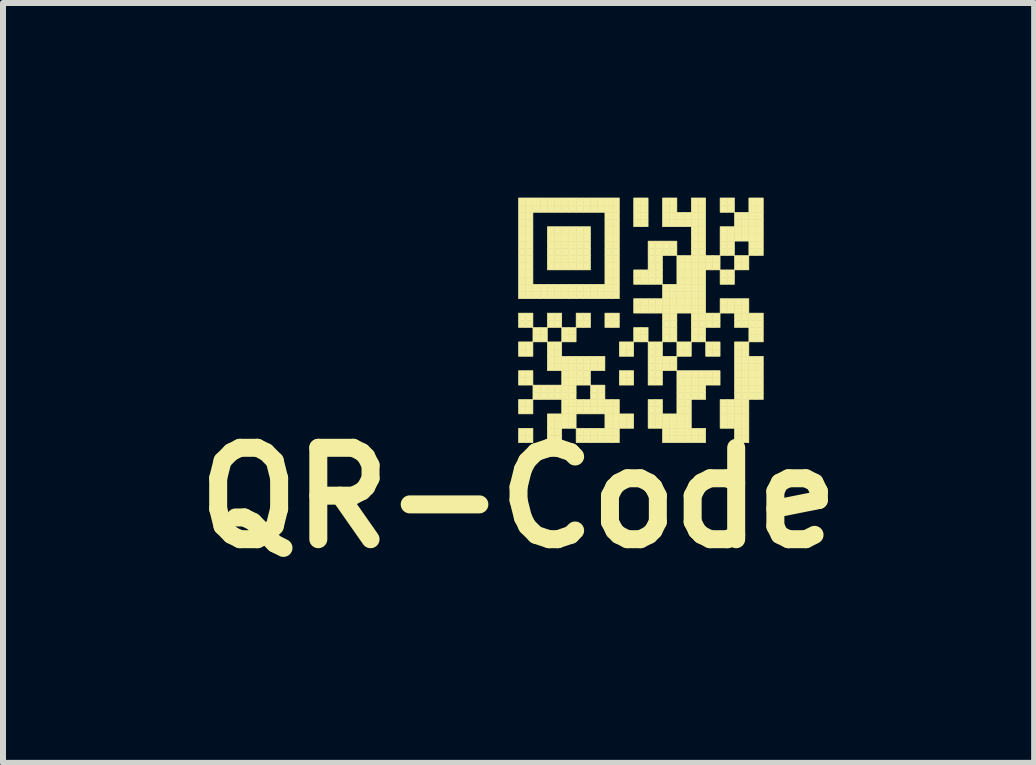
<source format=kicad_pcb>
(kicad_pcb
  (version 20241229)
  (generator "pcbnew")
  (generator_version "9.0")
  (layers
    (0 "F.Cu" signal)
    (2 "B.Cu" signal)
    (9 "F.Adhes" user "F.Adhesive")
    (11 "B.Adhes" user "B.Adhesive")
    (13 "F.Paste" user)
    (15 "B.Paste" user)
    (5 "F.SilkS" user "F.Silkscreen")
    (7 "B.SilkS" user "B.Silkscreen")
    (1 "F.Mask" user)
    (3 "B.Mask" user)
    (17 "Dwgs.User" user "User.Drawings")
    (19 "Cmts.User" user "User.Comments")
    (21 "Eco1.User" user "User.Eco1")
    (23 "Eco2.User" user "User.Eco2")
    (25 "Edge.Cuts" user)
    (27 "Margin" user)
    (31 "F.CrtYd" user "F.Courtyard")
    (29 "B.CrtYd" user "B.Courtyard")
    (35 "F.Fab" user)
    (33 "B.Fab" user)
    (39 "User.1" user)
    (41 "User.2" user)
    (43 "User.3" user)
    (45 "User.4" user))
  (footprint "QR-Code"
    (layer "F.Cu")
    (at 5.595 0.25)
    (property "Reference" "QR-Code" (at 0 5 0) (layer "F.SilkS") (effects (font (size 1.524 1.524) (thickness 0.3))))
    (attr through_hole)
    (fp_poly (pts (xy 0 0) (xy 0.12 0) (xy 0.12 0.12) (xy 0 0.12) (xy 0 0)) (stroke (width 0.01) (type solid)) (fill yes) (layer "F.SilkS"))
    (fp_poly (pts (xy 0 0.12) (xy 0.12 0.12) (xy 0.12 0.24) (xy 0 0.24) (xy 0 0.12)) (stroke (width 0.01) (type solid)) (fill yes) (layer "F.SilkS"))
    (fp_poly (pts (xy 0 0.24) (xy 0.12 0.24) (xy 0.12 0.36) (xy 0 0.36) (xy 0 0.24)) (stroke (width 0.01) (type solid)) (fill yes) (layer "F.SilkS"))
    (fp_poly (pts (xy 0 0.36) (xy 0.12 0.36) (xy 0.12 0.48) (xy 0 0.48) (xy 0 0.36)) (stroke (width 0.01) (type solid)) (fill yes) (layer "F.SilkS"))
    (fp_poly (pts (xy 0 0.48) (xy 0.12 0.48) (xy 0.12 0.6) (xy 0 0.6) (xy 0 0.48)) (stroke (width 0.01) (type solid)) (fill yes) (layer "F.SilkS"))
    (fp_poly (pts (xy 0 0.6) (xy 0.12 0.6) (xy 0.12 0.72) (xy 0 0.72) (xy 0 0.6)) (stroke (width 0.01) (type solid)) (fill yes) (layer "F.SilkS"))
    (fp_poly (pts (xy 0 0.72) (xy 0.12 0.72) (xy 0.12 0.84) (xy 0 0.84) (xy 0 0.72)) (stroke (width 0.01) (type solid)) (fill yes) (layer "F.SilkS"))
    (fp_poly (pts (xy 0 0.84) (xy 0.12 0.84) (xy 0.12 0.96) (xy 0 0.96) (xy 0 0.84)) (stroke (width 0.01) (type solid)) (fill yes) (layer "F.SilkS"))
    (fp_poly (pts (xy 0 0.96) (xy 0.12 0.96) (xy 0.12 1.08) (xy 0 1.08) (xy 0 0.96)) (stroke (width 0.01) (type solid)) (fill yes) (layer "F.SilkS"))
    (fp_poly (pts (xy 0 1.08) (xy 0.12 1.08) (xy 0.12 1.2) (xy 0 1.2) (xy 0 1.08)) (stroke (width 0.01) (type solid)) (fill yes) (layer "F.SilkS"))
    (fp_poly (pts (xy 0 1.2) (xy 0.12 1.2) (xy 0.12 1.32) (xy 0 1.32) (xy 0 1.2)) (stroke (width 0.01) (type solid)) (fill yes) (layer "F.SilkS"))
    (fp_poly (pts (xy 0 1.32) (xy 0.12 1.32) (xy 0.12 1.44) (xy 0 1.44) (xy 0 1.32)) (stroke (width 0.01) (type solid)) (fill yes) (layer "F.SilkS"))
    (fp_poly (pts (xy 0 1.44) (xy 0.12 1.44) (xy 0.12 1.56) (xy 0 1.56) (xy 0 1.44)) (stroke (width 0.01) (type solid)) (fill yes) (layer "F.SilkS"))
    (fp_poly (pts (xy 0 1.56) (xy 0.12 1.56) (xy 0.12 1.68) (xy 0 1.68) (xy 0 1.56)) (stroke (width 0.01) (type solid)) (fill yes) (layer "F.SilkS"))
    (fp_poly (pts (xy 0 1.92) (xy 0.12 1.92) (xy 0.12 2.04) (xy 0 2.04) (xy 0 1.92)) (stroke (width 0.01) (type solid)) (fill yes) (layer "F.SilkS"))
    (fp_poly (pts (xy 0 2.04) (xy 0.12 2.04) (xy 0.12 2.16) (xy 0 2.16) (xy 0 2.04)) (stroke (width 0.01) (type solid)) (fill yes) (layer "F.SilkS"))
    (fp_poly (pts (xy 0 2.4) (xy 0.12 2.4) (xy 0.12 2.52) (xy 0 2.52) (xy 0 2.4)) (stroke (width 0.01) (type solid)) (fill yes) (layer "F.SilkS"))
    (fp_poly (pts (xy 0 2.52) (xy 0.12 2.52) (xy 0.12 2.64) (xy 0 2.64) (xy 0 2.52)) (stroke (width 0.01) (type solid)) (fill yes) (layer "F.SilkS"))
    (fp_poly (pts (xy 0 2.88) (xy 0.12 2.88) (xy 0.12 3) (xy 0 3) (xy 0 2.88)) (stroke (width 0.01) (type solid)) (fill yes) (layer "F.SilkS"))
    (fp_poly (pts (xy 0 3) (xy 0.12 3) (xy 0.12 3.12) (xy 0 3.12) (xy 0 3)) (stroke (width 0.01) (type solid)) (fill yes) (layer "F.SilkS"))
    (fp_poly (pts (xy 0 3.36) (xy 0.12 3.36) (xy 0.12 3.48) (xy 0 3.48) (xy 0 3.36)) (stroke (width 0.01) (type solid)) (fill yes) (layer "F.SilkS"))
    (fp_poly (pts (xy 0 3.48) (xy 0.12 3.48) (xy 0.12 3.6) (xy 0 3.6) (xy 0 3.48)) (stroke (width 0.01) (type solid)) (fill yes) (layer "F.SilkS"))
    (fp_poly (pts (xy 0 3.84) (xy 0.12 3.84) (xy 0.12 3.96) (xy 0 3.96) (xy 0 3.84)) (stroke (width 0.01) (type solid)) (fill yes) (layer "F.SilkS"))
    (fp_poly (pts (xy 0 3.96) (xy 0.12 3.96) (xy 0.12 4.08) (xy 0 4.08) (xy 0 3.96)) (stroke (width 0.01) (type solid)) (fill yes) (layer "F.SilkS"))
    (fp_poly (pts (xy 0.12 0) (xy 0.24 0) (xy 0.24 0.12) (xy 0.12 0.12) (xy 0.12 0)) (stroke (width 0.01) (type solid)) (fill yes) (layer "F.SilkS"))
    (fp_poly (pts (xy 0.12 0.12) (xy 0.24 0.12) (xy 0.24 0.24) (xy 0.12 0.24) (xy 0.12 0.12)) (stroke (width 0.01) (type solid)) (fill yes) (layer "F.SilkS"))
    (fp_poly (pts (xy 0.12 0.24) (xy 0.24 0.24) (xy 0.24 0.36) (xy 0.12 0.36) (xy 0.12 0.24)) (stroke (width 0.01) (type solid)) (fill yes) (layer "F.SilkS"))
    (fp_poly (pts (xy 0.12 0.36) (xy 0.24 0.36) (xy 0.24 0.48) (xy 0.12 0.48) (xy 0.12 0.36)) (stroke (width 0.01) (type solid)) (fill yes) (layer "F.SilkS"))
    (fp_poly (pts (xy 0.12 0.48) (xy 0.24 0.48) (xy 0.24 0.6) (xy 0.12 0.6) (xy 0.12 0.48)) (stroke (width 0.01) (type solid)) (fill yes) (layer "F.SilkS"))
    (fp_poly (pts (xy 0.12 0.6) (xy 0.24 0.6) (xy 0.24 0.72) (xy 0.12 0.72) (xy 0.12 0.6)) (stroke (width 0.01) (type solid)) (fill yes) (layer "F.SilkS"))
    (fp_poly (pts (xy 0.12 0.72) (xy 0.24 0.72) (xy 0.24 0.84) (xy 0.12 0.84) (xy 0.12 0.72)) (stroke (width 0.01) (type solid)) (fill yes) (layer "F.SilkS"))
    (fp_poly (pts (xy 0.12 0.84) (xy 0.24 0.84) (xy 0.24 0.96) (xy 0.12 0.96) (xy 0.12 0.84)) (stroke (width 0.01) (type solid)) (fill yes) (layer "F.SilkS"))
    (fp_poly (pts (xy 0.12 0.96) (xy 0.24 0.96) (xy 0.24 1.08) (xy 0.12 1.08) (xy 0.12 0.96)) (stroke (width 0.01) (type solid)) (fill yes) (layer "F.SilkS"))
    (fp_poly (pts (xy 0.12 1.08) (xy 0.24 1.08) (xy 0.24 1.2) (xy 0.12 1.2) (xy 0.12 1.08)) (stroke (width 0.01) (type solid)) (fill yes) (layer "F.SilkS"))
    (fp_poly (pts (xy 0.12 1.2) (xy 0.24 1.2) (xy 0.24 1.32) (xy 0.12 1.32) (xy 0.12 1.2)) (stroke (width 0.01) (type solid)) (fill yes) (layer "F.SilkS"))
    (fp_poly (pts (xy 0.12 1.32) (xy 0.24 1.32) (xy 0.24 1.44) (xy 0.12 1.44) (xy 0.12 1.32)) (stroke (width 0.01) (type solid)) (fill yes) (layer "F.SilkS"))
    (fp_poly (pts (xy 0.12 1.44) (xy 0.24 1.44) (xy 0.24 1.56) (xy 0.12 1.56) (xy 0.12 1.44)) (stroke (width 0.01) (type solid)) (fill yes) (layer "F.SilkS"))
    (fp_poly (pts (xy 0.12 1.56) (xy 0.24 1.56) (xy 0.24 1.68) (xy 0.12 1.68) (xy 0.12 1.56)) (stroke (width 0.01) (type solid)) (fill yes) (layer "F.SilkS"))
    (fp_poly (pts (xy 0.12 1.92) (xy 0.24 1.92) (xy 0.24 2.04) (xy 0.12 2.04) (xy 0.12 1.92)) (stroke (width 0.01) (type solid)) (fill yes) (layer "F.SilkS"))
    (fp_poly (pts (xy 0.12 2.04) (xy 0.24 2.04) (xy 0.24 2.16) (xy 0.12 2.16) (xy 0.12 2.04)) (stroke (width 0.01) (type solid)) (fill yes) (layer "F.SilkS"))
    (fp_poly (pts (xy 0.12 2.4) (xy 0.24 2.4) (xy 0.24 2.52) (xy 0.12 2.52) (xy 0.12 2.4)) (stroke (width 0.01) (type solid)) (fill yes) (layer "F.SilkS"))
    (fp_poly (pts (xy 0.12 2.52) (xy 0.24 2.52) (xy 0.24 2.64) (xy 0.12 2.64) (xy 0.12 2.52)) (stroke (width 0.01) (type solid)) (fill yes) (layer "F.SilkS"))
    (fp_poly (pts (xy 0.12 2.88) (xy 0.24 2.88) (xy 0.24 3) (xy 0.12 3) (xy 0.12 2.88)) (stroke (width 0.01) (type solid)) (fill yes) (layer "F.SilkS"))
    (fp_poly (pts (xy 0.12 3) (xy 0.24 3) (xy 0.24 3.12) (xy 0.12 3.12) (xy 0.12 3)) (stroke (width 0.01) (type solid)) (fill yes) (layer "F.SilkS"))
    (fp_poly (pts (xy 0.12 3.36) (xy 0.24 3.36) (xy 0.24 3.48) (xy 0.12 3.48) (xy 0.12 3.36)) (stroke (width 0.01) (type solid)) (fill yes) (layer "F.SilkS"))
    (fp_poly (pts (xy 0.12 3.48) (xy 0.24 3.48) (xy 0.24 3.6) (xy 0.12 3.6) (xy 0.12 3.48)) (stroke (width 0.01) (type solid)) (fill yes) (layer "F.SilkS"))
    (fp_poly (pts (xy 0.12 3.84) (xy 0.24 3.84) (xy 0.24 3.96) (xy 0.12 3.96) (xy 0.12 3.84)) (stroke (width 0.01) (type solid)) (fill yes) (layer "F.SilkS"))
    (fp_poly (pts (xy 0.12 3.96) (xy 0.24 3.96) (xy 0.24 4.08) (xy 0.12 4.08) (xy 0.12 3.96)) (stroke (width 0.01) (type solid)) (fill yes) (layer "F.SilkS"))
    (fp_poly (pts (xy 0.24 0) (xy 0.36 0) (xy 0.36 0.12) (xy 0.24 0.12) (xy 0.24 0)) (stroke (width 0.01) (type solid)) (fill yes) (layer "F.SilkS"))
    (fp_poly (pts (xy 0.24 0.12) (xy 0.36 0.12) (xy 0.36 0.24) (xy 0.24 0.24) (xy 0.24 0.12)) (stroke (width 0.01) (type solid)) (fill yes) (layer "F.SilkS"))
    (fp_poly (pts (xy 0.24 1.44) (xy 0.36 1.44) (xy 0.36 1.56) (xy 0.24 1.56) (xy 0.24 1.44)) (stroke (width 0.01) (type solid)) (fill yes) (layer "F.SilkS"))
    (fp_poly (pts (xy 0.24 1.56) (xy 0.36 1.56) (xy 0.36 1.68) (xy 0.24 1.68) (xy 0.24 1.56)) (stroke (width 0.01) (type solid)) (fill yes) (layer "F.SilkS"))
    (fp_poly (pts (xy 0.24 2.16) (xy 0.36 2.16) (xy 0.36 2.28) (xy 0.24 2.28) (xy 0.24 2.16)) (stroke (width 0.01) (type solid)) (fill yes) (layer "F.SilkS"))
    (fp_poly (pts (xy 0.24 2.28) (xy 0.36 2.28) (xy 0.36 2.4) (xy 0.24 2.4) (xy 0.24 2.28)) (stroke (width 0.01) (type solid)) (fill yes) (layer "F.SilkS"))
    (fp_poly (pts (xy 0.24 3.12) (xy 0.36 3.12) (xy 0.36 3.24) (xy 0.24 3.24) (xy 0.24 3.12)) (stroke (width 0.01) (type solid)) (fill yes) (layer "F.SilkS"))
    (fp_poly (pts (xy 0.24 3.24) (xy 0.36 3.24) (xy 0.36 3.36) (xy 0.24 3.36) (xy 0.24 3.24)) (stroke (width 0.01) (type solid)) (fill yes) (layer "F.SilkS"))
    (fp_poly (pts (xy 0.36 0) (xy 0.48 0) (xy 0.48 0.12) (xy 0.36 0.12) (xy 0.36 0)) (stroke (width 0.01) (type solid)) (fill yes) (layer "F.SilkS"))
    (fp_poly (pts (xy 0.36 0.12) (xy 0.48 0.12) (xy 0.48 0.24) (xy 0.36 0.24) (xy 0.36 0.12)) (stroke (width 0.01) (type solid)) (fill yes) (layer "F.SilkS"))
    (fp_poly (pts (xy 0.36 1.44) (xy 0.48 1.44) (xy 0.48 1.56) (xy 0.36 1.56) (xy 0.36 1.44)) (stroke (width 0.01) (type solid)) (fill yes) (layer "F.SilkS"))
    (fp_poly (pts (xy 0.36 1.56) (xy 0.48 1.56) (xy 0.48 1.68) (xy 0.36 1.68) (xy 0.36 1.56)) (stroke (width 0.01) (type solid)) (fill yes) (layer "F.SilkS"))
    (fp_poly (pts (xy 0.36 2.16) (xy 0.48 2.16) (xy 0.48 2.28) (xy 0.36 2.28) (xy 0.36 2.16)) (stroke (width 0.01) (type solid)) (fill yes) (layer "F.SilkS"))
    (fp_poly (pts (xy 0.36 2.28) (xy 0.48 2.28) (xy 0.48 2.4) (xy 0.36 2.4) (xy 0.36 2.28)) (stroke (width 0.01) (type solid)) (fill yes) (layer "F.SilkS"))
    (fp_poly (pts (xy 0.36 3.12) (xy 0.48 3.12) (xy 0.48 3.24) (xy 0.36 3.24) (xy 0.36 3.12)) (stroke (width 0.01) (type solid)) (fill yes) (layer "F.SilkS"))
    (fp_poly (pts (xy 0.36 3.24) (xy 0.48 3.24) (xy 0.48 3.36) (xy 0.36 3.36) (xy 0.36 3.24)) (stroke (width 0.01) (type solid)) (fill yes) (layer "F.SilkS"))
    (fp_poly (pts (xy 0.48 0) (xy 0.6 0) (xy 0.6 0.12) (xy 0.48 0.12) (xy 0.48 0)) (stroke (width 0.01) (type solid)) (fill yes) (layer "F.SilkS"))
    (fp_poly (pts (xy 0.48 0.12) (xy 0.6 0.12) (xy 0.6 0.24) (xy 0.48 0.24) (xy 0.48 0.12)) (stroke (width 0.01) (type solid)) (fill yes) (layer "F.SilkS"))
    (fp_poly (pts (xy 0.48 0.48) (xy 0.6 0.48) (xy 0.6 0.6) (xy 0.48 0.6) (xy 0.48 0.48)) (stroke (width 0.01) (type solid)) (fill yes) (layer "F.SilkS"))
    (fp_poly (pts (xy 0.48 0.6) (xy 0.6 0.6) (xy 0.6 0.72) (xy 0.48 0.72) (xy 0.48 0.6)) (stroke (width 0.01) (type solid)) (fill yes) (layer "F.SilkS"))
    (fp_poly (pts (xy 0.48 0.72) (xy 0.6 0.72) (xy 0.6 0.84) (xy 0.48 0.84) (xy 0.48 0.72)) (stroke (width 0.01) (type solid)) (fill yes) (layer "F.SilkS"))
    (fp_poly (pts (xy 0.48 0.84) (xy 0.6 0.84) (xy 0.6 0.96) (xy 0.48 0.96) (xy 0.48 0.84)) (stroke (width 0.01) (type solid)) (fill yes) (layer "F.SilkS"))
    (fp_poly (pts (xy 0.48 0.96) (xy 0.6 0.96) (xy 0.6 1.08) (xy 0.48 1.08) (xy 0.48 0.96)) (stroke (width 0.01) (type solid)) (fill yes) (layer "F.SilkS"))
    (fp_poly (pts (xy 0.48 1.08) (xy 0.6 1.08) (xy 0.6 1.2) (xy 0.48 1.2) (xy 0.48 1.08)) (stroke (width 0.01) (type solid)) (fill yes) (layer "F.SilkS"))
    (fp_poly (pts (xy 0.48 1.44) (xy 0.6 1.44) (xy 0.6 1.56) (xy 0.48 1.56) (xy 0.48 1.44)) (stroke (width 0.01) (type solid)) (fill yes) (layer "F.SilkS"))
    (fp_poly (pts (xy 0.48 1.56) (xy 0.6 1.56) (xy 0.6 1.68) (xy 0.48 1.68) (xy 0.48 1.56)) (stroke (width 0.01) (type solid)) (fill yes) (layer "F.SilkS"))
    (fp_poly (pts (xy 0.48 1.92) (xy 0.6 1.92) (xy 0.6 2.04) (xy 0.48 2.04) (xy 0.48 1.92)) (stroke (width 0.01) (type solid)) (fill yes) (layer "F.SilkS"))
    (fp_poly (pts (xy 0.48 2.04) (xy 0.6 2.04) (xy 0.6 2.16) (xy 0.48 2.16) (xy 0.48 2.04)) (stroke (width 0.01) (type solid)) (fill yes) (layer "F.SilkS"))
    (fp_poly (pts (xy 0.48 2.4) (xy 0.6 2.4) (xy 0.6 2.52) (xy 0.48 2.52) (xy 0.48 2.4)) (stroke (width 0.01) (type solid)) (fill yes) (layer "F.SilkS"))
    (fp_poly (pts (xy 0.48 2.52) (xy 0.6 2.52) (xy 0.6 2.64) (xy 0.48 2.64) (xy 0.48 2.52)) (stroke (width 0.01) (type solid)) (fill yes) (layer "F.SilkS"))
    (fp_poly (pts (xy 0.48 2.64) (xy 0.6 2.64) (xy 0.6 2.76) (xy 0.48 2.76) (xy 0.48 2.64)) (stroke (width 0.01) (type solid)) (fill yes) (layer "F.SilkS"))
    (fp_poly (pts (xy 0.48 2.76) (xy 0.6 2.76) (xy 0.6 2.88) (xy 0.48 2.88) (xy 0.48 2.76)) (stroke (width 0.01) (type solid)) (fill yes) (layer "F.SilkS"))
    (fp_poly (pts (xy 0.48 3.12) (xy 0.6 3.12) (xy 0.6 3.24) (xy 0.48 3.24) (xy 0.48 3.12)) (stroke (width 0.01) (type solid)) (fill yes) (layer "F.SilkS"))
    (fp_poly (pts (xy 0.48 3.24) (xy 0.6 3.24) (xy 0.6 3.36) (xy 0.48 3.36) (xy 0.48 3.24)) (stroke (width 0.01) (type solid)) (fill yes) (layer "F.SilkS"))
    (fp_poly (pts (xy 0.48 3.6) (xy 0.6 3.6) (xy 0.6 3.72) (xy 0.48 3.72) (xy 0.48 3.6)) (stroke (width 0.01) (type solid)) (fill yes) (layer "F.SilkS"))
    (fp_poly (pts (xy 0.48 3.72) (xy 0.6 3.72) (xy 0.6 3.84) (xy 0.48 3.84) (xy 0.48 3.72)) (stroke (width 0.01) (type solid)) (fill yes) (layer "F.SilkS"))
    (fp_poly (pts (xy 0.48 3.84) (xy 0.6 3.84) (xy 0.6 3.96) (xy 0.48 3.96) (xy 0.48 3.84)) (stroke (width 0.01) (type solid)) (fill yes) (layer "F.SilkS"))
    (fp_poly (pts (xy 0.48 3.96) (xy 0.6 3.96) (xy 0.6 4.08) (xy 0.48 4.08) (xy 0.48 3.96)) (stroke (width 0.01) (type solid)) (fill yes) (layer "F.SilkS"))
    (fp_poly (pts (xy 0.6 0) (xy 0.72 0) (xy 0.72 0.12) (xy 0.6 0.12) (xy 0.6 0)) (stroke (width 0.01) (type solid)) (fill yes) (layer "F.SilkS"))
    (fp_poly (pts (xy 0.6 0.12) (xy 0.72 0.12) (xy 0.72 0.24) (xy 0.6 0.24) (xy 0.6 0.12)) (stroke (width 0.01) (type solid)) (fill yes) (layer "F.SilkS"))
    (fp_poly (pts (xy 0.6 0.48) (xy 0.72 0.48) (xy 0.72 0.6) (xy 0.6 0.6) (xy 0.6 0.48)) (stroke (width 0.01) (type solid)) (fill yes) (layer "F.SilkS"))
    (fp_poly (pts (xy 0.6 0.6) (xy 0.72 0.6) (xy 0.72 0.72) (xy 0.6 0.72) (xy 0.6 0.6)) (stroke (width 0.01) (type solid)) (fill yes) (layer "F.SilkS"))
    (fp_poly (pts (xy 0.6 0.72) (xy 0.72 0.72) (xy 0.72 0.84) (xy 0.6 0.84) (xy 0.6 0.72)) (stroke (width 0.01) (type solid)) (fill yes) (layer "F.SilkS"))
    (fp_poly (pts (xy 0.6 0.84) (xy 0.72 0.84) (xy 0.72 0.96) (xy 0.6 0.96) (xy 0.6 0.84)) (stroke (width 0.01) (type solid)) (fill yes) (layer "F.SilkS"))
    (fp_poly (pts (xy 0.6 0.96) (xy 0.72 0.96) (xy 0.72 1.08) (xy 0.6 1.08) (xy 0.6 0.96)) (stroke (width 0.01) (type solid)) (fill yes) (layer "F.SilkS"))
    (fp_poly (pts (xy 0.6 1.08) (xy 0.72 1.08) (xy 0.72 1.2) (xy 0.6 1.2) (xy 0.6 1.08)) (stroke (width 0.01) (type solid)) (fill yes) (layer "F.SilkS"))
    (fp_poly (pts (xy 0.6 1.44) (xy 0.72 1.44) (xy 0.72 1.56) (xy 0.6 1.56) (xy 0.6 1.44)) (stroke (width 0.01) (type solid)) (fill yes) (layer "F.SilkS"))
    (fp_poly (pts (xy 0.6 1.56) (xy 0.72 1.56) (xy 0.72 1.68) (xy 0.6 1.68) (xy 0.6 1.56)) (stroke (width 0.01) (type solid)) (fill yes) (layer "F.SilkS"))
    (fp_poly (pts (xy 0.6 1.92) (xy 0.72 1.92) (xy 0.72 2.04) (xy 0.6 2.04) (xy 0.6 1.92)) (stroke (width 0.01) (type solid)) (fill yes) (layer "F.SilkS"))
    (fp_poly (pts (xy 0.6 2.04) (xy 0.72 2.04) (xy 0.72 2.16) (xy 0.6 2.16) (xy 0.6 2.04)) (stroke (width 0.01) (type solid)) (fill yes) (layer "F.SilkS"))
    (fp_poly (pts (xy 0.6 2.4) (xy 0.72 2.4) (xy 0.72 2.52) (xy 0.6 2.52) (xy 0.6 2.4)) (stroke (width 0.01) (type solid)) (fill yes) (layer "F.SilkS"))
    (fp_poly (pts (xy 0.6 2.52) (xy 0.72 2.52) (xy 0.72 2.64) (xy 0.6 2.64) (xy 0.6 2.52)) (stroke (width 0.01) (type solid)) (fill yes) (layer "F.SilkS"))
    (fp_poly (pts (xy 0.6 2.64) (xy 0.72 2.64) (xy 0.72 2.76) (xy 0.6 2.76) (xy 0.6 2.64)) (stroke (width 0.01) (type solid)) (fill yes) (layer "F.SilkS"))
    (fp_poly (pts (xy 0.6 2.76) (xy 0.72 2.76) (xy 0.72 2.88) (xy 0.6 2.88) (xy 0.6 2.76)) (stroke (width 0.01) (type solid)) (fill yes) (layer "F.SilkS"))
    (fp_poly (pts (xy 0.6 3.12) (xy 0.72 3.12) (xy 0.72 3.24) (xy 0.6 3.24) (xy 0.6 3.12)) (stroke (width 0.01) (type solid)) (fill yes) (layer "F.SilkS"))
    (fp_poly (pts (xy 0.6 3.24) (xy 0.72 3.24) (xy 0.72 3.36) (xy 0.6 3.36) (xy 0.6 3.24)) (stroke (width 0.01) (type solid)) (fill yes) (layer "F.SilkS"))
    (fp_poly (pts (xy 0.6 3.6) (xy 0.72 3.6) (xy 0.72 3.72) (xy 0.6 3.72) (xy 0.6 3.6)) (stroke (width 0.01) (type solid)) (fill yes) (layer "F.SilkS"))
    (fp_poly (pts (xy 0.6 3.72) (xy 0.72 3.72) (xy 0.72 3.84) (xy 0.6 3.84) (xy 0.6 3.72)) (stroke (width 0.01) (type solid)) (fill yes) (layer "F.SilkS"))
    (fp_poly (pts (xy 0.6 3.84) (xy 0.72 3.84) (xy 0.72 3.96) (xy 0.6 3.96) (xy 0.6 3.84)) (stroke (width 0.01) (type solid)) (fill yes) (layer "F.SilkS"))
    (fp_poly (pts (xy 0.6 3.96) (xy 0.72 3.96) (xy 0.72 4.08) (xy 0.6 4.08) (xy 0.6 3.96)) (stroke (width 0.01) (type solid)) (fill yes) (layer "F.SilkS"))
    (fp_poly (pts (xy 0.72 0) (xy 0.84 0) (xy 0.84 0.12) (xy 0.72 0.12) (xy 0.72 0)) (stroke (width 0.01) (type solid)) (fill yes) (layer "F.SilkS"))
    (fp_poly (pts (xy 0.72 0.12) (xy 0.84 0.12) (xy 0.84 0.24) (xy 0.72 0.24) (xy 0.72 0.12)) (stroke (width 0.01) (type solid)) (fill yes) (layer "F.SilkS"))
    (fp_poly (pts (xy 0.72 0.48) (xy 0.84 0.48) (xy 0.84 0.6) (xy 0.72 0.6) (xy 0.72 0.48)) (stroke (width 0.01) (type solid)) (fill yes) (layer "F.SilkS"))
    (fp_poly (pts (xy 0.72 0.6) (xy 0.84 0.6) (xy 0.84 0.72) (xy 0.72 0.72) (xy 0.72 0.6)) (stroke (width 0.01) (type solid)) (fill yes) (layer "F.SilkS"))
    (fp_poly (pts (xy 0.72 0.72) (xy 0.84 0.72) (xy 0.84 0.84) (xy 0.72 0.84) (xy 0.72 0.72)) (stroke (width 0.01) (type solid)) (fill yes) (layer "F.SilkS"))
    (fp_poly (pts (xy 0.72 0.84) (xy 0.84 0.84) (xy 0.84 0.96) (xy 0.72 0.96) (xy 0.72 0.84)) (stroke (width 0.01) (type solid)) (fill yes) (layer "F.SilkS"))
    (fp_poly (pts (xy 0.72 0.96) (xy 0.84 0.96) (xy 0.84 1.08) (xy 0.72 1.08) (xy 0.72 0.96)) (stroke (width 0.01) (type solid)) (fill yes) (layer "F.SilkS"))
    (fp_poly (pts (xy 0.72 1.08) (xy 0.84 1.08) (xy 0.84 1.2) (xy 0.72 1.2) (xy 0.72 1.08)) (stroke (width 0.01) (type solid)) (fill yes) (layer "F.SilkS"))
    (fp_poly (pts (xy 0.72 1.44) (xy 0.84 1.44) (xy 0.84 1.56) (xy 0.72 1.56) (xy 0.72 1.44)) (stroke (width 0.01) (type solid)) (fill yes) (layer "F.SilkS"))
    (fp_poly (pts (xy 0.72 1.56) (xy 0.84 1.56) (xy 0.84 1.68) (xy 0.72 1.68) (xy 0.72 1.56)) (stroke (width 0.01) (type solid)) (fill yes) (layer "F.SilkS"))
    (fp_poly (pts (xy 0.72 2.16) (xy 0.84 2.16) (xy 0.84 2.28) (xy 0.72 2.28) (xy 0.72 2.16)) (stroke (width 0.01) (type solid)) (fill yes) (layer "F.SilkS"))
    (fp_poly (pts (xy 0.72 2.28) (xy 0.84 2.28) (xy 0.84 2.4) (xy 0.72 2.4) (xy 0.72 2.28)) (stroke (width 0.01) (type solid)) (fill yes) (layer "F.SilkS"))
    (fp_poly (pts (xy 0.72 2.64) (xy 0.84 2.64) (xy 0.84 2.76) (xy 0.72 2.76) (xy 0.72 2.64)) (stroke (width 0.01) (type solid)) (fill yes) (layer "F.SilkS"))
    (fp_poly (pts (xy 0.72 2.76) (xy 0.84 2.76) (xy 0.84 2.88) (xy 0.72 2.88) (xy 0.72 2.76)) (stroke (width 0.01) (type solid)) (fill yes) (layer "F.SilkS"))
    (fp_poly (pts (xy 0.72 2.88) (xy 0.84 2.88) (xy 0.84 3) (xy 0.72 3) (xy 0.72 2.88)) (stroke (width 0.01) (type solid)) (fill yes) (layer "F.SilkS"))
    (fp_poly (pts (xy 0.72 3) (xy 0.84 3) (xy 0.84 3.12) (xy 0.72 3.12) (xy 0.72 3)) (stroke (width 0.01) (type solid)) (fill yes) (layer "F.SilkS"))
    (fp_poly (pts (xy 0.72 3.12) (xy 0.84 3.12) (xy 0.84 3.24) (xy 0.72 3.24) (xy 0.72 3.12)) (stroke (width 0.01) (type solid)) (fill yes) (layer "F.SilkS"))
    (fp_poly (pts (xy 0.72 3.24) (xy 0.84 3.24) (xy 0.84 3.36) (xy 0.72 3.36) (xy 0.72 3.24)) (stroke (width 0.01) (type solid)) (fill yes) (layer "F.SilkS"))
    (fp_poly (pts (xy 0.72 3.36) (xy 0.84 3.36) (xy 0.84 3.48) (xy 0.72 3.48) (xy 0.72 3.36)) (stroke (width 0.01) (type solid)) (fill yes) (layer "F.SilkS"))
    (fp_poly (pts (xy 0.72 3.48) (xy 0.84 3.48) (xy 0.84 3.6) (xy 0.72 3.6) (xy 0.72 3.48)) (stroke (width 0.01) (type solid)) (fill yes) (layer "F.SilkS"))
    (fp_poly (pts (xy 0.72 3.6) (xy 0.84 3.6) (xy 0.84 3.72) (xy 0.72 3.72) (xy 0.72 3.6)) (stroke (width 0.01) (type solid)) (fill yes) (layer "F.SilkS"))
    (fp_poly (pts (xy 0.72 3.72) (xy 0.84 3.72) (xy 0.84 3.84) (xy 0.72 3.84) (xy 0.72 3.72)) (stroke (width 0.01) (type solid)) (fill yes) (layer "F.SilkS"))
    (fp_poly (pts (xy 0.84 0) (xy 0.96 0) (xy 0.96 0.12) (xy 0.84 0.12) (xy 0.84 0)) (stroke (width 0.01) (type solid)) (fill yes) (layer "F.SilkS"))
    (fp_poly (pts (xy 0.84 0.12) (xy 0.96 0.12) (xy 0.96 0.24) (xy 0.84 0.24) (xy 0.84 0.12)) (stroke (width 0.01) (type solid)) (fill yes) (layer "F.SilkS"))
    (fp_poly (pts (xy 0.84 0.48) (xy 0.96 0.48) (xy 0.96 0.6) (xy 0.84 0.6) (xy 0.84 0.48)) (stroke (width 0.01) (type solid)) (fill yes) (layer "F.SilkS"))
    (fp_poly (pts (xy 0.84 0.6) (xy 0.96 0.6) (xy 0.96 0.72) (xy 0.84 0.72) (xy 0.84 0.6)) (stroke (width 0.01) (type solid)) (fill yes) (layer "F.SilkS"))
    (fp_poly (pts (xy 0.84 0.72) (xy 0.96 0.72) (xy 0.96 0.84) (xy 0.84 0.84) (xy 0.84 0.72)) (stroke (width 0.01) (type solid)) (fill yes) (layer "F.SilkS"))
    (fp_poly (pts (xy 0.84 0.84) (xy 0.96 0.84) (xy 0.96 0.96) (xy 0.84 0.96) (xy 0.84 0.84)) (stroke (width 0.01) (type solid)) (fill yes) (layer "F.SilkS"))
    (fp_poly (pts (xy 0.84 0.96) (xy 0.96 0.96) (xy 0.96 1.08) (xy 0.84 1.08) (xy 0.84 0.96)) (stroke (width 0.01) (type solid)) (fill yes) (layer "F.SilkS"))
    (fp_poly (pts (xy 0.84 1.08) (xy 0.96 1.08) (xy 0.96 1.2) (xy 0.84 1.2) (xy 0.84 1.08)) (stroke (width 0.01) (type solid)) (fill yes) (layer "F.SilkS"))
    (fp_poly (pts (xy 0.84 1.44) (xy 0.96 1.44) (xy 0.96 1.56) (xy 0.84 1.56) (xy 0.84 1.44)) (stroke (width 0.01) (type solid)) (fill yes) (layer "F.SilkS"))
    (fp_poly (pts (xy 0.84 1.56) (xy 0.96 1.56) (xy 0.96 1.68) (xy 0.84 1.68) (xy 0.84 1.56)) (stroke (width 0.01) (type solid)) (fill yes) (layer "F.SilkS"))
    (fp_poly (pts (xy 0.84 2.16) (xy 0.96 2.16) (xy 0.96 2.28) (xy 0.84 2.28) (xy 0.84 2.16)) (stroke (width 0.01) (type solid)) (fill yes) (layer "F.SilkS"))
    (fp_poly (pts (xy 0.84 2.28) (xy 0.96 2.28) (xy 0.96 2.4) (xy 0.84 2.4) (xy 0.84 2.28)) (stroke (width 0.01) (type solid)) (fill yes) (layer "F.SilkS"))
    (fp_poly (pts (xy 0.84 2.64) (xy 0.96 2.64) (xy 0.96 2.76) (xy 0.84 2.76) (xy 0.84 2.64)) (stroke (width 0.01) (type solid)) (fill yes) (layer "F.SilkS"))
    (fp_poly (pts (xy 0.84 2.76) (xy 0.96 2.76) (xy 0.96 2.88) (xy 0.84 2.88) (xy 0.84 2.76)) (stroke (width 0.01) (type solid)) (fill yes) (layer "F.SilkS"))
    (fp_poly (pts (xy 0.84 2.88) (xy 0.96 2.88) (xy 0.96 3) (xy 0.84 3) (xy 0.84 2.88)) (stroke (width 0.01) (type solid)) (fill yes) (layer "F.SilkS"))
    (fp_poly (pts (xy 0.84 3) (xy 0.96 3) (xy 0.96 3.12) (xy 0.84 3.12) (xy 0.84 3)) (stroke (width 0.01) (type solid)) (fill yes) (layer "F.SilkS"))
    (fp_poly (pts (xy 0.84 3.12) (xy 0.96 3.12) (xy 0.96 3.24) (xy 0.84 3.24) (xy 0.84 3.12)) (stroke (width 0.01) (type solid)) (fill yes) (layer "F.SilkS"))
    (fp_poly (pts (xy 0.84 3.24) (xy 0.96 3.24) (xy 0.96 3.36) (xy 0.84 3.36) (xy 0.84 3.24)) (stroke (width 0.01) (type solid)) (fill yes) (layer "F.SilkS"))
    (fp_poly (pts (xy 0.84 3.36) (xy 0.96 3.36) (xy 0.96 3.48) (xy 0.84 3.48) (xy 0.84 3.36)) (stroke (width 0.01) (type solid)) (fill yes) (layer "F.SilkS"))
    (fp_poly (pts (xy 0.84 3.48) (xy 0.96 3.48) (xy 0.96 3.6) (xy 0.84 3.6) (xy 0.84 3.48)) (stroke (width 0.01) (type solid)) (fill yes) (layer "F.SilkS"))
    (fp_poly (pts (xy 0.84 3.6) (xy 0.96 3.6) (xy 0.96 3.72) (xy 0.84 3.72) (xy 0.84 3.6)) (stroke (width 0.01) (type solid)) (fill yes) (layer "F.SilkS"))
    (fp_poly (pts (xy 0.84 3.72) (xy 0.96 3.72) (xy 0.96 3.84) (xy 0.84 3.84) (xy 0.84 3.72)) (stroke (width 0.01) (type solid)) (fill yes) (layer "F.SilkS"))
    (fp_poly (pts (xy 0.96 0) (xy 1.08 0) (xy 1.08 0.12) (xy 0.96 0.12) (xy 0.96 0)) (stroke (width 0.01) (type solid)) (fill yes) (layer "F.SilkS"))
    (fp_poly (pts (xy 0.96 0.12) (xy 1.08 0.12) (xy 1.08 0.24) (xy 0.96 0.24) (xy 0.96 0.12)) (stroke (width 0.01) (type solid)) (fill yes) (layer "F.SilkS"))
    (fp_poly (pts (xy 0.96 0.48) (xy 1.08 0.48) (xy 1.08 0.6) (xy 0.96 0.6) (xy 0.96 0.48)) (stroke (width 0.01) (type solid)) (fill yes) (layer "F.SilkS"))
    (fp_poly (pts (xy 0.96 0.6) (xy 1.08 0.6) (xy 1.08 0.72) (xy 0.96 0.72) (xy 0.96 0.6)) (stroke (width 0.01) (type solid)) (fill yes) (layer "F.SilkS"))
    (fp_poly (pts (xy 0.96 0.72) (xy 1.08 0.72) (xy 1.08 0.84) (xy 0.96 0.84) (xy 0.96 0.72)) (stroke (width 0.01) (type solid)) (fill yes) (layer "F.SilkS"))
    (fp_poly (pts (xy 0.96 0.84) (xy 1.08 0.84) (xy 1.08 0.96) (xy 0.96 0.96) (xy 0.96 0.84)) (stroke (width 0.01) (type solid)) (fill yes) (layer "F.SilkS"))
    (fp_poly (pts (xy 0.96 0.96) (xy 1.08 0.96) (xy 1.08 1.08) (xy 0.96 1.08) (xy 0.96 0.96)) (stroke (width 0.01) (type solid)) (fill yes) (layer "F.SilkS"))
    (fp_poly (pts (xy 0.96 1.08) (xy 1.08 1.08) (xy 1.08 1.2) (xy 0.96 1.2) (xy 0.96 1.08)) (stroke (width 0.01) (type solid)) (fill yes) (layer "F.SilkS"))
    (fp_poly (pts (xy 0.96 1.44) (xy 1.08 1.44) (xy 1.08 1.56) (xy 0.96 1.56) (xy 0.96 1.44)) (stroke (width 0.01) (type solid)) (fill yes) (layer "F.SilkS"))
    (fp_poly (pts (xy 0.96 1.56) (xy 1.08 1.56) (xy 1.08 1.68) (xy 0.96 1.68) (xy 0.96 1.56)) (stroke (width 0.01) (type solid)) (fill yes) (layer "F.SilkS"))
    (fp_poly (pts (xy 0.96 1.92) (xy 1.08 1.92) (xy 1.08 2.04) (xy 0.96 2.04) (xy 0.96 1.92)) (stroke (width 0.01) (type solid)) (fill yes) (layer "F.SilkS"))
    (fp_poly (pts (xy 0.96 2.04) (xy 1.08 2.04) (xy 1.08 2.16) (xy 0.96 2.16) (xy 0.96 2.04)) (stroke (width 0.01) (type solid)) (fill yes) (layer "F.SilkS"))
    (fp_poly (pts (xy 0.96 2.64) (xy 1.08 2.64) (xy 1.08 2.76) (xy 0.96 2.76) (xy 0.96 2.64)) (stroke (width 0.01) (type solid)) (fill yes) (layer "F.SilkS"))
    (fp_poly (pts (xy 0.96 2.76) (xy 1.08 2.76) (xy 1.08 2.88) (xy 0.96 2.88) (xy 0.96 2.76)) (stroke (width 0.01) (type solid)) (fill yes) (layer "F.SilkS"))
    (fp_poly (pts (xy 0.96 2.88) (xy 1.08 2.88) (xy 1.08 3) (xy 0.96 3) (xy 0.96 2.88)) (stroke (width 0.01) (type solid)) (fill yes) (layer "F.SilkS"))
    (fp_poly (pts (xy 0.96 3) (xy 1.08 3) (xy 1.08 3.12) (xy 0.96 3.12) (xy 0.96 3)) (stroke (width 0.01) (type solid)) (fill yes) (layer "F.SilkS"))
    (fp_poly (pts (xy 0.96 3.36) (xy 1.08 3.36) (xy 1.08 3.48) (xy 0.96 3.48) (xy 0.96 3.36)) (stroke (width 0.01) (type solid)) (fill yes) (layer "F.SilkS"))
    (fp_poly (pts (xy 0.96 3.48) (xy 1.08 3.48) (xy 1.08 3.6) (xy 0.96 3.6) (xy 0.96 3.48)) (stroke (width 0.01) (type solid)) (fill yes) (layer "F.SilkS"))
    (fp_poly (pts (xy 0.96 3.84) (xy 1.08 3.84) (xy 1.08 3.96) (xy 0.96 3.96) (xy 0.96 3.84)) (stroke (width 0.01) (type solid)) (fill yes) (layer "F.SilkS"))
    (fp_poly (pts (xy 0.96 3.96) (xy 1.08 3.96) (xy 1.08 4.08) (xy 0.96 4.08) (xy 0.96 3.96)) (stroke (width 0.01) (type solid)) (fill yes) (layer "F.SilkS"))
    (fp_poly (pts (xy 1.08 0) (xy 1.2 0) (xy 1.2 0.12) (xy 1.08 0.12) (xy 1.08 0)) (stroke (width 0.01) (type solid)) (fill yes) (layer "F.SilkS"))
    (fp_poly (pts (xy 1.08 0.12) (xy 1.2 0.12) (xy 1.2 0.24) (xy 1.08 0.24) (xy 1.08 0.12)) (stroke (width 0.01) (type solid)) (fill yes) (layer "F.SilkS"))
    (fp_poly (pts (xy 1.08 0.48) (xy 1.2 0.48) (xy 1.2 0.6) (xy 1.08 0.6) (xy 1.08 0.48)) (stroke (width 0.01) (type solid)) (fill yes) (layer "F.SilkS"))
    (fp_poly (pts (xy 1.08 0.6) (xy 1.2 0.6) (xy 1.2 0.72) (xy 1.08 0.72) (xy 1.08 0.6)) (stroke (width 0.01) (type solid)) (fill yes) (layer "F.SilkS"))
    (fp_poly (pts (xy 1.08 0.72) (xy 1.2 0.72) (xy 1.2 0.84) (xy 1.08 0.84) (xy 1.08 0.72)) (stroke (width 0.01) (type solid)) (fill yes) (layer "F.SilkS"))
    (fp_poly (pts (xy 1.08 0.84) (xy 1.2 0.84) (xy 1.2 0.96) (xy 1.08 0.96) (xy 1.08 0.84)) (stroke (width 0.01) (type solid)) (fill yes) (layer "F.SilkS"))
    (fp_poly (pts (xy 1.08 0.96) (xy 1.2 0.96) (xy 1.2 1.08) (xy 1.08 1.08) (xy 1.08 0.96)) (stroke (width 0.01) (type solid)) (fill yes) (layer "F.SilkS"))
    (fp_poly (pts (xy 1.08 1.08) (xy 1.2 1.08) (xy 1.2 1.2) (xy 1.08 1.2) (xy 1.08 1.08)) (stroke (width 0.01) (type solid)) (fill yes) (layer "F.SilkS"))
    (fp_poly (pts (xy 1.08 1.44) (xy 1.2 1.44) (xy 1.2 1.56) (xy 1.08 1.56) (xy 1.08 1.44)) (stroke (width 0.01) (type solid)) (fill yes) (layer "F.SilkS"))
    (fp_poly (pts (xy 1.08 1.56) (xy 1.2 1.56) (xy 1.2 1.68) (xy 1.08 1.68) (xy 1.08 1.56)) (stroke (width 0.01) (type solid)) (fill yes) (layer "F.SilkS"))
    (fp_poly (pts (xy 1.08 1.92) (xy 1.2 1.92) (xy 1.2 2.04) (xy 1.08 2.04) (xy 1.08 1.92)) (stroke (width 0.01) (type solid)) (fill yes) (layer "F.SilkS"))
    (fp_poly (pts (xy 1.08 2.04) (xy 1.2 2.04) (xy 1.2 2.16) (xy 1.08 2.16) (xy 1.08 2.04)) (stroke (width 0.01) (type solid)) (fill yes) (layer "F.SilkS"))
    (fp_poly (pts (xy 1.08 2.64) (xy 1.2 2.64) (xy 1.2 2.76) (xy 1.08 2.76) (xy 1.08 2.64)) (stroke (width 0.01) (type solid)) (fill yes) (layer "F.SilkS"))
    (fp_poly (pts (xy 1.08 2.76) (xy 1.2 2.76) (xy 1.2 2.88) (xy 1.08 2.88) (xy 1.08 2.76)) (stroke (width 0.01) (type solid)) (fill yes) (layer "F.SilkS"))
    (fp_poly (pts (xy 1.08 2.88) (xy 1.2 2.88) (xy 1.2 3) (xy 1.08 3) (xy 1.08 2.88)) (stroke (width 0.01) (type solid)) (fill yes) (layer "F.SilkS"))
    (fp_poly (pts (xy 1.08 3) (xy 1.2 3) (xy 1.2 3.12) (xy 1.08 3.12) (xy 1.08 3)) (stroke (width 0.01) (type solid)) (fill yes) (layer "F.SilkS"))
    (fp_poly (pts (xy 1.08 3.36) (xy 1.2 3.36) (xy 1.2 3.48) (xy 1.08 3.48) (xy 1.08 3.36)) (stroke (width 0.01) (type solid)) (fill yes) (layer "F.SilkS"))
    (fp_poly (pts (xy 1.08 3.48) (xy 1.2 3.48) (xy 1.2 3.6) (xy 1.08 3.6) (xy 1.08 3.48)) (stroke (width 0.01) (type solid)) (fill yes) (layer "F.SilkS"))
    (fp_poly (pts (xy 1.08 3.84) (xy 1.2 3.84) (xy 1.2 3.96) (xy 1.08 3.96) (xy 1.08 3.84)) (stroke (width 0.01) (type solid)) (fill yes) (layer "F.SilkS"))
    (fp_poly (pts (xy 1.08 3.96) (xy 1.2 3.96) (xy 1.2 4.08) (xy 1.08 4.08) (xy 1.08 3.96)) (stroke (width 0.01) (type solid)) (fill yes) (layer "F.SilkS"))
    (fp_poly (pts (xy 1.2 0) (xy 1.32 0) (xy 1.32 0.12) (xy 1.2 0.12) (xy 1.2 0)) (stroke (width 0.01) (type solid)) (fill yes) (layer "F.SilkS"))
    (fp_poly (pts (xy 1.2 0.12) (xy 1.32 0.12) (xy 1.32 0.24) (xy 1.2 0.24) (xy 1.2 0.12)) (stroke (width 0.01) (type solid)) (fill yes) (layer "F.SilkS"))
    (fp_poly (pts (xy 1.2 1.44) (xy 1.32 1.44) (xy 1.32 1.56) (xy 1.2 1.56) (xy 1.2 1.44)) (stroke (width 0.01) (type solid)) (fill yes) (layer "F.SilkS"))
    (fp_poly (pts (xy 1.2 1.56) (xy 1.32 1.56) (xy 1.32 1.68) (xy 1.2 1.68) (xy 1.2 1.56)) (stroke (width 0.01) (type solid)) (fill yes) (layer "F.SilkS"))
    (fp_poly (pts (xy 1.2 2.64) (xy 1.32 2.64) (xy 1.32 2.76) (xy 1.2 2.76) (xy 1.2 2.64)) (stroke (width 0.01) (type solid)) (fill yes) (layer "F.SilkS"))
    (fp_poly (pts (xy 1.2 2.76) (xy 1.32 2.76) (xy 1.32 2.88) (xy 1.2 2.88) (xy 1.2 2.76)) (stroke (width 0.01) (type solid)) (fill yes) (layer "F.SilkS"))
    (fp_poly (pts (xy 1.2 3.12) (xy 1.32 3.12) (xy 1.32 3.24) (xy 1.2 3.24) (xy 1.2 3.12)) (stroke (width 0.01) (type solid)) (fill yes) (layer "F.SilkS"))
    (fp_poly (pts (xy 1.2 3.24) (xy 1.32 3.24) (xy 1.32 3.36) (xy 1.2 3.36) (xy 1.2 3.24)) (stroke (width 0.01) (type solid)) (fill yes) (layer "F.SilkS"))
    (fp_poly (pts (xy 1.2 3.36) (xy 1.32 3.36) (xy 1.32 3.48) (xy 1.2 3.48) (xy 1.2 3.36)) (stroke (width 0.01) (type solid)) (fill yes) (layer "F.SilkS"))
    (fp_poly (pts (xy 1.2 3.48) (xy 1.32 3.48) (xy 1.32 3.6) (xy 1.2 3.6) (xy 1.2 3.48)) (stroke (width 0.01) (type solid)) (fill yes) (layer "F.SilkS"))
    (fp_poly (pts (xy 1.2 3.84) (xy 1.32 3.84) (xy 1.32 3.96) (xy 1.2 3.96) (xy 1.2 3.84)) (stroke (width 0.01) (type solid)) (fill yes) (layer "F.SilkS"))
    (fp_poly (pts (xy 1.2 3.96) (xy 1.32 3.96) (xy 1.32 4.08) (xy 1.2 4.08) (xy 1.2 3.96)) (stroke (width 0.01) (type solid)) (fill yes) (layer "F.SilkS"))
    (fp_poly (pts (xy 1.32 0) (xy 1.44 0) (xy 1.44 0.12) (xy 1.32 0.12) (xy 1.32 0)) (stroke (width 0.01) (type solid)) (fill yes) (layer "F.SilkS"))
    (fp_poly (pts (xy 1.32 0.12) (xy 1.44 0.12) (xy 1.44 0.24) (xy 1.32 0.24) (xy 1.32 0.12)) (stroke (width 0.01) (type solid)) (fill yes) (layer "F.SilkS"))
    (fp_poly (pts (xy 1.32 1.44) (xy 1.44 1.44) (xy 1.44 1.56) (xy 1.32 1.56) (xy 1.32 1.44)) (stroke (width 0.01) (type solid)) (fill yes) (layer "F.SilkS"))
    (fp_poly (pts (xy 1.32 1.56) (xy 1.44 1.56) (xy 1.44 1.68) (xy 1.32 1.68) (xy 1.32 1.56)) (stroke (width 0.01) (type solid)) (fill yes) (layer "F.SilkS"))
    (fp_poly (pts (xy 1.32 2.64) (xy 1.44 2.64) (xy 1.44 2.76) (xy 1.32 2.76) (xy 1.32 2.64)) (stroke (width 0.01) (type solid)) (fill yes) (layer "F.SilkS"))
    (fp_poly (pts (xy 1.32 2.76) (xy 1.44 2.76) (xy 1.44 2.88) (xy 1.32 2.88) (xy 1.32 2.76)) (stroke (width 0.01) (type solid)) (fill yes) (layer "F.SilkS"))
    (fp_poly (pts (xy 1.32 3.12) (xy 1.44 3.12) (xy 1.44 3.24) (xy 1.32 3.24) (xy 1.32 3.12)) (stroke (width 0.01) (type solid)) (fill yes) (layer "F.SilkS"))
    (fp_poly (pts (xy 1.32 3.24) (xy 1.44 3.24) (xy 1.44 3.36) (xy 1.32 3.36) (xy 1.32 3.24)) (stroke (width 0.01) (type solid)) (fill yes) (layer "F.SilkS"))
    (fp_poly (pts (xy 1.32 3.36) (xy 1.44 3.36) (xy 1.44 3.48) (xy 1.32 3.48) (xy 1.32 3.36)) (stroke (width 0.01) (type solid)) (fill yes) (layer "F.SilkS"))
    (fp_poly (pts (xy 1.32 3.48) (xy 1.44 3.48) (xy 1.44 3.6) (xy 1.32 3.6) (xy 1.32 3.48)) (stroke (width 0.01) (type solid)) (fill yes) (layer "F.SilkS"))
    (fp_poly (pts (xy 1.32 3.84) (xy 1.44 3.84) (xy 1.44 3.96) (xy 1.32 3.96) (xy 1.32 3.84)) (stroke (width 0.01) (type solid)) (fill yes) (layer "F.SilkS"))
    (fp_poly (pts (xy 1.32 3.96) (xy 1.44 3.96) (xy 1.44 4.08) (xy 1.32 4.08) (xy 1.32 3.96)) (stroke (width 0.01) (type solid)) (fill yes) (layer "F.SilkS"))
    (fp_poly (pts (xy 1.44 0) (xy 1.56 0) (xy 1.56 0.12) (xy 1.44 0.12) (xy 1.44 0)) (stroke (width 0.01) (type solid)) (fill yes) (layer "F.SilkS"))
    (fp_poly (pts (xy 1.44 0.12) (xy 1.56 0.12) (xy 1.56 0.24) (xy 1.44 0.24) (xy 1.44 0.12)) (stroke (width 0.01) (type solid)) (fill yes) (layer "F.SilkS"))
    (fp_poly (pts (xy 1.44 0.24) (xy 1.56 0.24) (xy 1.56 0.36) (xy 1.44 0.36) (xy 1.44 0.24)) (stroke (width 0.01) (type solid)) (fill yes) (layer "F.SilkS"))
    (fp_poly (pts (xy 1.44 0.36) (xy 1.56 0.36) (xy 1.56 0.48) (xy 1.44 0.48) (xy 1.44 0.36)) (stroke (width 0.01) (type solid)) (fill yes) (layer "F.SilkS"))
    (fp_poly (pts (xy 1.44 0.48) (xy 1.56 0.48) (xy 1.56 0.6) (xy 1.44 0.6) (xy 1.44 0.48)) (stroke (width 0.01) (type solid)) (fill yes) (layer "F.SilkS"))
    (fp_poly (pts (xy 1.44 0.6) (xy 1.56 0.6) (xy 1.56 0.72) (xy 1.44 0.72) (xy 1.44 0.6)) (stroke (width 0.01) (type solid)) (fill yes) (layer "F.SilkS"))
    (fp_poly (pts (xy 1.44 0.72) (xy 1.56 0.72) (xy 1.56 0.84) (xy 1.44 0.84) (xy 1.44 0.72)) (stroke (width 0.01) (type solid)) (fill yes) (layer "F.SilkS"))
    (fp_poly (pts (xy 1.44 0.84) (xy 1.56 0.84) (xy 1.56 0.96) (xy 1.44 0.96) (xy 1.44 0.84)) (stroke (width 0.01) (type solid)) (fill yes) (layer "F.SilkS"))
    (fp_poly (pts (xy 1.44 0.96) (xy 1.56 0.96) (xy 1.56 1.08) (xy 1.44 1.08) (xy 1.44 0.96)) (stroke (width 0.01) (type solid)) (fill yes) (layer "F.SilkS"))
    (fp_poly (pts (xy 1.44 1.08) (xy 1.56 1.08) (xy 1.56 1.2) (xy 1.44 1.2) (xy 1.44 1.08)) (stroke (width 0.01) (type solid)) (fill yes) (layer "F.SilkS"))
    (fp_poly (pts (xy 1.44 1.2) (xy 1.56 1.2) (xy 1.56 1.32) (xy 1.44 1.32) (xy 1.44 1.2)) (stroke (width 0.01) (type solid)) (fill yes) (layer "F.SilkS"))
    (fp_poly (pts (xy 1.44 1.32) (xy 1.56 1.32) (xy 1.56 1.44) (xy 1.44 1.44) (xy 1.44 1.32)) (stroke (width 0.01) (type solid)) (fill yes) (layer "F.SilkS"))
    (fp_poly (pts (xy 1.44 1.44) (xy 1.56 1.44) (xy 1.56 1.56) (xy 1.44 1.56) (xy 1.44 1.44)) (stroke (width 0.01) (type solid)) (fill yes) (layer "F.SilkS"))
    (fp_poly (pts (xy 1.44 1.56) (xy 1.56 1.56) (xy 1.56 1.68) (xy 1.44 1.68) (xy 1.44 1.56)) (stroke (width 0.01) (type solid)) (fill yes) (layer "F.SilkS"))
    (fp_poly (pts (xy 1.44 1.92) (xy 1.56 1.92) (xy 1.56 2.04) (xy 1.44 2.04) (xy 1.44 1.92)) (stroke (width 0.01) (type solid)) (fill yes) (layer "F.SilkS"))
    (fp_poly (pts (xy 1.44 2.04) (xy 1.56 2.04) (xy 1.56 2.16) (xy 1.44 2.16) (xy 1.44 2.04)) (stroke (width 0.01) (type solid)) (fill yes) (layer "F.SilkS"))
    (fp_poly (pts (xy 1.44 3.36) (xy 1.56 3.36) (xy 1.56 3.48) (xy 1.44 3.48) (xy 1.44 3.36)) (stroke (width 0.01) (type solid)) (fill yes) (layer "F.SilkS"))
    (fp_poly (pts (xy 1.44 3.48) (xy 1.56 3.48) (xy 1.56 3.6) (xy 1.44 3.6) (xy 1.44 3.48)) (stroke (width 0.01) (type solid)) (fill yes) (layer "F.SilkS"))
    (fp_poly (pts (xy 1.44 3.6) (xy 1.56 3.6) (xy 1.56 3.72) (xy 1.44 3.72) (xy 1.44 3.6)) (stroke (width 0.01) (type solid)) (fill yes) (layer "F.SilkS"))
    (fp_poly (pts (xy 1.44 3.72) (xy 1.56 3.72) (xy 1.56 3.84) (xy 1.44 3.84) (xy 1.44 3.72)) (stroke (width 0.01) (type solid)) (fill yes) (layer "F.SilkS"))
    (fp_poly (pts (xy 1.44 3.84) (xy 1.56 3.84) (xy 1.56 3.96) (xy 1.44 3.96) (xy 1.44 3.84)) (stroke (width 0.01) (type solid)) (fill yes) (layer "F.SilkS"))
    (fp_poly (pts (xy 1.44 3.96) (xy 1.56 3.96) (xy 1.56 4.08) (xy 1.44 4.08) (xy 1.44 3.96)) (stroke (width 0.01) (type solid)) (fill yes) (layer "F.SilkS"))
    (fp_poly (pts (xy 1.56 0) (xy 1.68 0) (xy 1.68 0.12) (xy 1.56 0.12) (xy 1.56 0)) (stroke (width 0.01) (type solid)) (fill yes) (layer "F.SilkS"))
    (fp_poly (pts (xy 1.56 0.12) (xy 1.68 0.12) (xy 1.68 0.24) (xy 1.56 0.24) (xy 1.56 0.12)) (stroke (width 0.01) (type solid)) (fill yes) (layer "F.SilkS"))
    (fp_poly (pts (xy 1.56 0.24) (xy 1.68 0.24) (xy 1.68 0.36) (xy 1.56 0.36) (xy 1.56 0.24)) (stroke (width 0.01) (type solid)) (fill yes) (layer "F.SilkS"))
    (fp_poly (pts (xy 1.56 0.36) (xy 1.68 0.36) (xy 1.68 0.48) (xy 1.56 0.48) (xy 1.56 0.36)) (stroke (width 0.01) (type solid)) (fill yes) (layer "F.SilkS"))
    (fp_poly (pts (xy 1.56 0.48) (xy 1.68 0.48) (xy 1.68 0.6) (xy 1.56 0.6) (xy 1.56 0.48)) (stroke (width 0.01) (type solid)) (fill yes) (layer "F.SilkS"))
    (fp_poly (pts (xy 1.56 0.6) (xy 1.68 0.6) (xy 1.68 0.72) (xy 1.56 0.72) (xy 1.56 0.6)) (stroke (width 0.01) (type solid)) (fill yes) (layer "F.SilkS"))
    (fp_poly (pts (xy 1.56 0.72) (xy 1.68 0.72) (xy 1.68 0.84) (xy 1.56 0.84) (xy 1.56 0.72)) (stroke (width 0.01) (type solid)) (fill yes) (layer "F.SilkS"))
    (fp_poly (pts (xy 1.56 0.84) (xy 1.68 0.84) (xy 1.68 0.96) (xy 1.56 0.96) (xy 1.56 0.84)) (stroke (width 0.01) (type solid)) (fill yes) (layer "F.SilkS"))
    (fp_poly (pts (xy 1.56 0.96) (xy 1.68 0.96) (xy 1.68 1.08) (xy 1.56 1.08) (xy 1.56 0.96)) (stroke (width 0.01) (type solid)) (fill yes) (layer "F.SilkS"))
    (fp_poly (pts (xy 1.56 1.08) (xy 1.68 1.08) (xy 1.68 1.2) (xy 1.56 1.2) (xy 1.56 1.08)) (stroke (width 0.01) (type solid)) (fill yes) (layer "F.SilkS"))
    (fp_poly (pts (xy 1.56 1.2) (xy 1.68 1.2) (xy 1.68 1.32) (xy 1.56 1.32) (xy 1.56 1.2)) (stroke (width 0.01) (type solid)) (fill yes) (layer "F.SilkS"))
    (fp_poly (pts (xy 1.56 1.32) (xy 1.68 1.32) (xy 1.68 1.44) (xy 1.56 1.44) (xy 1.56 1.32)) (stroke (width 0.01) (type solid)) (fill yes) (layer "F.SilkS"))
    (fp_poly (pts (xy 1.56 1.44) (xy 1.68 1.44) (xy 1.68 1.56) (xy 1.56 1.56) (xy 1.56 1.44)) (stroke (width 0.01) (type solid)) (fill yes) (layer "F.SilkS"))
    (fp_poly (pts (xy 1.56 1.56) (xy 1.68 1.56) (xy 1.68 1.68) (xy 1.56 1.68) (xy 1.56 1.56)) (stroke (width 0.01) (type solid)) (fill yes) (layer "F.SilkS"))
    (fp_poly (pts (xy 1.56 1.92) (xy 1.68 1.92) (xy 1.68 2.04) (xy 1.56 2.04) (xy 1.56 1.92)) (stroke (width 0.01) (type solid)) (fill yes) (layer "F.SilkS"))
    (fp_poly (pts (xy 1.56 2.04) (xy 1.68 2.04) (xy 1.68 2.16) (xy 1.56 2.16) (xy 1.56 2.04)) (stroke (width 0.01) (type solid)) (fill yes) (layer "F.SilkS"))
    (fp_poly (pts (xy 1.56 3.36) (xy 1.68 3.36) (xy 1.68 3.48) (xy 1.56 3.48) (xy 1.56 3.36)) (stroke (width 0.01) (type solid)) (fill yes) (layer "F.SilkS"))
    (fp_poly (pts (xy 1.56 3.48) (xy 1.68 3.48) (xy 1.68 3.6) (xy 1.56 3.6) (xy 1.56 3.48)) (stroke (width 0.01) (type solid)) (fill yes) (layer "F.SilkS"))
    (fp_poly (pts (xy 1.56 3.6) (xy 1.68 3.6) (xy 1.68 3.72) (xy 1.56 3.72) (xy 1.56 3.6)) (stroke (width 0.01) (type solid)) (fill yes) (layer "F.SilkS"))
    (fp_poly (pts (xy 1.56 3.72) (xy 1.68 3.72) (xy 1.68 3.84) (xy 1.56 3.84) (xy 1.56 3.72)) (stroke (width 0.01) (type solid)) (fill yes) (layer "F.SilkS"))
    (fp_poly (pts (xy 1.56 3.84) (xy 1.68 3.84) (xy 1.68 3.96) (xy 1.56 3.96) (xy 1.56 3.84)) (stroke (width 0.01) (type solid)) (fill yes) (layer "F.SilkS"))
    (fp_poly (pts (xy 1.56 3.96) (xy 1.68 3.96) (xy 1.68 4.08) (xy 1.56 4.08) (xy 1.56 3.96)) (stroke (width 0.01) (type solid)) (fill yes) (layer "F.SilkS"))
    (fp_poly (pts (xy 1.68 2.4) (xy 1.8 2.4) (xy 1.8 2.52) (xy 1.68 2.52) (xy 1.68 2.4)) (stroke (width 0.01) (type solid)) (fill yes) (layer "F.SilkS"))
    (fp_poly (pts (xy 1.68 2.52) (xy 1.8 2.52) (xy 1.8 2.64) (xy 1.68 2.64) (xy 1.68 2.52)) (stroke (width 0.01) (type solid)) (fill yes) (layer "F.SilkS"))
    (fp_poly (pts (xy 1.68 2.88) (xy 1.8 2.88) (xy 1.8 3) (xy 1.68 3) (xy 1.68 2.88)) (stroke (width 0.01) (type solid)) (fill yes) (layer "F.SilkS"))
    (fp_poly (pts (xy 1.68 3) (xy 1.8 3) (xy 1.8 3.12) (xy 1.68 3.12) (xy 1.68 3)) (stroke (width 0.01) (type solid)) (fill yes) (layer "F.SilkS"))
    (fp_poly (pts (xy 1.68 3.6) (xy 1.8 3.6) (xy 1.8 3.72) (xy 1.68 3.72) (xy 1.68 3.6)) (stroke (width 0.01) (type solid)) (fill yes) (layer "F.SilkS"))
    (fp_poly (pts (xy 1.68 3.72) (xy 1.8 3.72) (xy 1.8 3.84) (xy 1.68 3.84) (xy 1.68 3.72)) (stroke (width 0.01) (type solid)) (fill yes) (layer "F.SilkS"))
    (fp_poly (pts (xy 1.8 2.4) (xy 1.92 2.4) (xy 1.92 2.52) (xy 1.8 2.52) (xy 1.8 2.4)) (stroke (width 0.01) (type solid)) (fill yes) (layer "F.SilkS"))
    (fp_poly (pts (xy 1.8 2.52) (xy 1.92 2.52) (xy 1.92 2.64) (xy 1.8 2.64) (xy 1.8 2.52)) (stroke (width 0.01) (type solid)) (fill yes) (layer "F.SilkS"))
    (fp_poly (pts (xy 1.8 2.88) (xy 1.92 2.88) (xy 1.92 3) (xy 1.8 3) (xy 1.8 2.88)) (stroke (width 0.01) (type solid)) (fill yes) (layer "F.SilkS"))
    (fp_poly (pts (xy 1.8 3) (xy 1.92 3) (xy 1.92 3.12) (xy 1.8 3.12) (xy 1.8 3)) (stroke (width 0.01) (type solid)) (fill yes) (layer "F.SilkS"))
    (fp_poly (pts (xy 1.8 3.6) (xy 1.92 3.6) (xy 1.92 3.72) (xy 1.8 3.72) (xy 1.8 3.6)) (stroke (width 0.01) (type solid)) (fill yes) (layer "F.SilkS"))
    (fp_poly (pts (xy 1.8 3.72) (xy 1.92 3.72) (xy 1.92 3.84) (xy 1.8 3.84) (xy 1.8 3.72)) (stroke (width 0.01) (type solid)) (fill yes) (layer "F.SilkS"))
    (fp_poly (pts (xy 1.92 0) (xy 2.04 0) (xy 2.04 0.12) (xy 1.92 0.12) (xy 1.92 0)) (stroke (width 0.01) (type solid)) (fill yes) (layer "F.SilkS"))
    (fp_poly (pts (xy 1.92 0.12) (xy 2.04 0.12) (xy 2.04 0.24) (xy 1.92 0.24) (xy 1.92 0.12)) (stroke (width 0.01) (type solid)) (fill yes) (layer "F.SilkS"))
    (fp_poly (pts (xy 1.92 0.24) (xy 2.04 0.24) (xy 2.04 0.36) (xy 1.92 0.36) (xy 1.92 0.24)) (stroke (width 0.01) (type solid)) (fill yes) (layer "F.SilkS"))
    (fp_poly (pts (xy 1.92 0.36) (xy 2.04 0.36) (xy 2.04 0.48) (xy 1.92 0.48) (xy 1.92 0.36)) (stroke (width 0.01) (type solid)) (fill yes) (layer "F.SilkS"))
    (fp_poly (pts (xy 1.92 1.2) (xy 2.04 1.2) (xy 2.04 1.32) (xy 1.92 1.32) (xy 1.92 1.2)) (stroke (width 0.01) (type solid)) (fill yes) (layer "F.SilkS"))
    (fp_poly (pts (xy 1.92 1.32) (xy 2.04 1.32) (xy 2.04 1.44) (xy 1.92 1.44) (xy 1.92 1.32)) (stroke (width 0.01) (type solid)) (fill yes) (layer "F.SilkS"))
    (fp_poly (pts (xy 1.92 1.68) (xy 2.04 1.68) (xy 2.04 1.8) (xy 1.92 1.8) (xy 1.92 1.68)) (stroke (width 0.01) (type solid)) (fill yes) (layer "F.SilkS"))
    (fp_poly (pts (xy 1.92 1.8) (xy 2.04 1.8) (xy 2.04 1.92) (xy 1.92 1.92) (xy 1.92 1.8)) (stroke (width 0.01) (type solid)) (fill yes) (layer "F.SilkS"))
    (fp_poly (pts (xy 1.92 2.16) (xy 2.04 2.16) (xy 2.04 2.28) (xy 1.92 2.28) (xy 1.92 2.16)) (stroke (width 0.01) (type solid)) (fill yes) (layer "F.SilkS"))
    (fp_poly (pts (xy 1.92 2.28) (xy 2.04 2.28) (xy 2.04 2.4) (xy 1.92 2.4) (xy 1.92 2.28)) (stroke (width 0.01) (type solid)) (fill yes) (layer "F.SilkS"))
    (fp_poly (pts (xy 2.04 0) (xy 2.16 0) (xy 2.16 0.12) (xy 2.04 0.12) (xy 2.04 0)) (stroke (width 0.01) (type solid)) (fill yes) (layer "F.SilkS"))
    (fp_poly (pts (xy 2.04 0.12) (xy 2.16 0.12) (xy 2.16 0.24) (xy 2.04 0.24) (xy 2.04 0.12)) (stroke (width 0.01) (type solid)) (fill yes) (layer "F.SilkS"))
    (fp_poly (pts (xy 2.04 0.24) (xy 2.16 0.24) (xy 2.16 0.36) (xy 2.04 0.36) (xy 2.04 0.24)) (stroke (width 0.01) (type solid)) (fill yes) (layer "F.SilkS"))
    (fp_poly (pts (xy 2.04 0.36) (xy 2.16 0.36) (xy 2.16 0.48) (xy 2.04 0.48) (xy 2.04 0.36)) (stroke (width 0.01) (type solid)) (fill yes) (layer "F.SilkS"))
    (fp_poly (pts (xy 2.04 1.2) (xy 2.16 1.2) (xy 2.16 1.32) (xy 2.04 1.32) (xy 2.04 1.2)) (stroke (width 0.01) (type solid)) (fill yes) (layer "F.SilkS"))
    (fp_poly (pts (xy 2.04 1.32) (xy 2.16 1.32) (xy 2.16 1.44) (xy 2.04 1.44) (xy 2.04 1.32)) (stroke (width 0.01) (type solid)) (fill yes) (layer "F.SilkS"))
    (fp_poly (pts (xy 2.04 1.68) (xy 2.16 1.68) (xy 2.16 1.8) (xy 2.04 1.8) (xy 2.04 1.68)) (stroke (width 0.01) (type solid)) (fill yes) (layer "F.SilkS"))
    (fp_poly (pts (xy 2.04 1.8) (xy 2.16 1.8) (xy 2.16 1.92) (xy 2.04 1.92) (xy 2.04 1.8)) (stroke (width 0.01) (type solid)) (fill yes) (layer "F.SilkS"))
    (fp_poly (pts (xy 2.04 2.16) (xy 2.16 2.16) (xy 2.16 2.28) (xy 2.04 2.28) (xy 2.04 2.16)) (stroke (width 0.01) (type solid)) (fill yes) (layer "F.SilkS"))
    (fp_poly (pts (xy 2.04 2.28) (xy 2.16 2.28) (xy 2.16 2.4) (xy 2.04 2.4) (xy 2.04 2.28)) (stroke (width 0.01) (type solid)) (fill yes) (layer "F.SilkS"))
    (fp_poly (pts (xy 2.16 0.72) (xy 2.28 0.72) (xy 2.28 0.84) (xy 2.16 0.84) (xy 2.16 0.72)) (stroke (width 0.01) (type solid)) (fill yes) (layer "F.SilkS"))
    (fp_poly (pts (xy 2.16 0.84) (xy 2.28 0.84) (xy 2.28 0.96) (xy 2.16 0.96) (xy 2.16 0.84)) (stroke (width 0.01) (type solid)) (fill yes) (layer "F.SilkS"))
    (fp_poly (pts (xy 2.16 0.96) (xy 2.28 0.96) (xy 2.28 1.08) (xy 2.16 1.08) (xy 2.16 0.96)) (stroke (width 0.01) (type solid)) (fill yes) (layer "F.SilkS"))
    (fp_poly (pts (xy 2.16 1.08) (xy 2.28 1.08) (xy 2.28 1.2) (xy 2.16 1.2) (xy 2.16 1.08)) (stroke (width 0.01) (type solid)) (fill yes) (layer "F.SilkS"))
    (fp_poly (pts (xy 2.16 1.2) (xy 2.28 1.2) (xy 2.28 1.32) (xy 2.16 1.32) (xy 2.16 1.2)) (stroke (width 0.01) (type solid)) (fill yes) (layer "F.SilkS"))
    (fp_poly (pts (xy 2.16 1.32) (xy 2.28 1.32) (xy 2.28 1.44) (xy 2.16 1.44) (xy 2.16 1.32)) (stroke (width 0.01) (type solid)) (fill yes) (layer "F.SilkS"))
    (fp_poly (pts (xy 2.16 1.68) (xy 2.28 1.68) (xy 2.28 1.8) (xy 2.16 1.8) (xy 2.16 1.68)) (stroke (width 0.01) (type solid)) (fill yes) (layer "F.SilkS"))
    (fp_poly (pts (xy 2.16 1.8) (xy 2.28 1.8) (xy 2.28 1.92) (xy 2.16 1.92) (xy 2.16 1.8)) (stroke (width 0.01) (type solid)) (fill yes) (layer "F.SilkS"))
    (fp_poly (pts (xy 2.16 2.4) (xy 2.28 2.4) (xy 2.28 2.52) (xy 2.16 2.52) (xy 2.16 2.4)) (stroke (width 0.01) (type solid)) (fill yes) (layer "F.SilkS"))
    (fp_poly (pts (xy 2.16 2.52) (xy 2.28 2.52) (xy 2.28 2.64) (xy 2.16 2.64) (xy 2.16 2.52)) (stroke (width 0.01) (type solid)) (fill yes) (layer "F.SilkS"))
    (fp_poly (pts (xy 2.16 2.64) (xy 2.28 2.64) (xy 2.28 2.76) (xy 2.16 2.76) (xy 2.16 2.64)) (stroke (width 0.01) (type solid)) (fill yes) (layer "F.SilkS"))
    (fp_poly (pts (xy 2.16 2.76) (xy 2.28 2.76) (xy 2.28 2.88) (xy 2.16 2.88) (xy 2.16 2.76)) (stroke (width 0.01) (type solid)) (fill yes) (layer "F.SilkS"))
    (fp_poly (pts (xy 2.16 2.88) (xy 2.28 2.88) (xy 2.28 3) (xy 2.16 3) (xy 2.16 2.88)) (stroke (width 0.01) (type solid)) (fill yes) (layer "F.SilkS"))
    (fp_poly (pts (xy 2.16 3) (xy 2.28 3) (xy 2.28 3.12) (xy 2.16 3.12) (xy 2.16 3)) (stroke (width 0.01) (type solid)) (fill yes) (layer "F.SilkS"))
    (fp_poly (pts (xy 2.16 3.36) (xy 2.28 3.36) (xy 2.28 3.48) (xy 2.16 3.48) (xy 2.16 3.36)) (stroke (width 0.01) (type solid)) (fill yes) (layer "F.SilkS"))
    (fp_poly (pts (xy 2.16 3.48) (xy 2.28 3.48) (xy 2.28 3.6) (xy 2.16 3.6) (xy 2.16 3.48)) (stroke (width 0.01) (type solid)) (fill yes) (layer "F.SilkS"))
    (fp_poly (pts (xy 2.16 3.6) (xy 2.28 3.6) (xy 2.28 3.72) (xy 2.16 3.72) (xy 2.16 3.6)) (stroke (width 0.01) (type solid)) (fill yes) (layer "F.SilkS"))
    (fp_poly (pts (xy 2.16 3.72) (xy 2.28 3.72) (xy 2.28 3.84) (xy 2.16 3.84) (xy 2.16 3.72)) (stroke (width 0.01) (type solid)) (fill yes) (layer "F.SilkS"))
    (fp_poly (pts (xy 2.28 0.72) (xy 2.4 0.72) (xy 2.4 0.84) (xy 2.28 0.84) (xy 2.28 0.72)) (stroke (width 0.01) (type solid)) (fill yes) (layer "F.SilkS"))
    (fp_poly (pts (xy 2.28 0.84) (xy 2.4 0.84) (xy 2.4 0.96) (xy 2.28 0.96) (xy 2.28 0.84)) (stroke (width 0.01) (type solid)) (fill yes) (layer "F.SilkS"))
    (fp_poly (pts (xy 2.28 0.96) (xy 2.4 0.96) (xy 2.4 1.08) (xy 2.28 1.08) (xy 2.28 0.96)) (stroke (width 0.01) (type solid)) (fill yes) (layer "F.SilkS"))
    (fp_poly (pts (xy 2.28 1.08) (xy 2.4 1.08) (xy 2.4 1.2) (xy 2.28 1.2) (xy 2.28 1.08)) (stroke (width 0.01) (type solid)) (fill yes) (layer "F.SilkS"))
    (fp_poly (pts (xy 2.28 1.2) (xy 2.4 1.2) (xy 2.4 1.32) (xy 2.28 1.32) (xy 2.28 1.2)) (stroke (width 0.01) (type solid)) (fill yes) (layer "F.SilkS"))
    (fp_poly (pts (xy 2.28 1.32) (xy 2.4 1.32) (xy 2.4 1.44) (xy 2.28 1.44) (xy 2.28 1.32)) (stroke (width 0.01) (type solid)) (fill yes) (layer "F.SilkS"))
    (fp_poly (pts (xy 2.28 1.68) (xy 2.4 1.68) (xy 2.4 1.8) (xy 2.28 1.8) (xy 2.28 1.68)) (stroke (width 0.01) (type solid)) (fill yes) (layer "F.SilkS"))
    (fp_poly (pts (xy 2.28 1.8) (xy 2.4 1.8) (xy 2.4 1.92) (xy 2.28 1.92) (xy 2.28 1.8)) (stroke (width 0.01) (type solid)) (fill yes) (layer "F.SilkS"))
    (fp_poly (pts (xy 2.28 2.4) (xy 2.4 2.4) (xy 2.4 2.52) (xy 2.28 2.52) (xy 2.28 2.4)) (stroke (width 0.01) (type solid)) (fill yes) (layer "F.SilkS"))
    (fp_poly (pts (xy 2.28 2.52) (xy 2.4 2.52) (xy 2.4 2.64) (xy 2.28 2.64) (xy 2.28 2.52)) (stroke (width 0.01) (type solid)) (fill yes) (layer "F.SilkS"))
    (fp_poly (pts (xy 2.28 2.64) (xy 2.4 2.64) (xy 2.4 2.76) (xy 2.28 2.76) (xy 2.28 2.64)) (stroke (width 0.01) (type solid)) (fill yes) (layer "F.SilkS"))
    (fp_poly (pts (xy 2.28 2.76) (xy 2.4 2.76) (xy 2.4 2.88) (xy 2.28 2.88) (xy 2.28 2.76)) (stroke (width 0.01) (type solid)) (fill yes) (layer "F.SilkS"))
    (fp_poly (pts (xy 2.28 2.88) (xy 2.4 2.88) (xy 2.4 3) (xy 2.28 3) (xy 2.28 2.88)) (stroke (width 0.01) (type solid)) (fill yes) (layer "F.SilkS"))
    (fp_poly (pts (xy 2.28 3) (xy 2.4 3) (xy 2.4 3.12) (xy 2.28 3.12) (xy 2.28 3)) (stroke (width 0.01) (type solid)) (fill yes) (layer "F.SilkS"))
    (fp_poly (pts (xy 2.28 3.36) (xy 2.4 3.36) (xy 2.4 3.48) (xy 2.28 3.48) (xy 2.28 3.36)) (stroke (width 0.01) (type solid)) (fill yes) (layer "F.SilkS"))
    (fp_poly (pts (xy 2.28 3.48) (xy 2.4 3.48) (xy 2.4 3.6) (xy 2.28 3.6) (xy 2.28 3.48)) (stroke (width 0.01) (type solid)) (fill yes) (layer "F.SilkS"))
    (fp_poly (pts (xy 2.28 3.6) (xy 2.4 3.6) (xy 2.4 3.72) (xy 2.28 3.72) (xy 2.28 3.6)) (stroke (width 0.01) (type solid)) (fill yes) (layer "F.SilkS"))
    (fp_poly (pts (xy 2.28 3.72) (xy 2.4 3.72) (xy 2.4 3.84) (xy 2.28 3.84) (xy 2.28 3.72)) (stroke (width 0.01) (type solid)) (fill yes) (layer "F.SilkS"))
    (fp_poly (pts (xy 2.4 0) (xy 2.52 0) (xy 2.52 0.12) (xy 2.4 0.12) (xy 2.4 0)) (stroke (width 0.01) (type solid)) (fill yes) (layer "F.SilkS"))
    (fp_poly (pts (xy 2.4 0.12) (xy 2.52 0.12) (xy 2.52 0.24) (xy 2.4 0.24) (xy 2.4 0.12)) (stroke (width 0.01) (type solid)) (fill yes) (layer "F.SilkS"))
    (fp_poly (pts (xy 2.4 0.24) (xy 2.52 0.24) (xy 2.52 0.36) (xy 2.4 0.36) (xy 2.4 0.24)) (stroke (width 0.01) (type solid)) (fill yes) (layer "F.SilkS"))
    (fp_poly (pts (xy 2.4 0.36) (xy 2.52 0.36) (xy 2.52 0.48) (xy 2.4 0.48) (xy 2.4 0.36)) (stroke (width 0.01) (type solid)) (fill yes) (layer "F.SilkS"))
    (fp_poly (pts (xy 2.4 0.72) (xy 2.52 0.72) (xy 2.52 0.84) (xy 2.4 0.84) (xy 2.4 0.72)) (stroke (width 0.01) (type solid)) (fill yes) (layer "F.SilkS"))
    (fp_poly (pts (xy 2.4 0.84) (xy 2.52 0.84) (xy 2.52 0.96) (xy 2.4 0.96) (xy 2.4 0.84)) (stroke (width 0.01) (type solid)) (fill yes) (layer "F.SilkS"))
    (fp_poly (pts (xy 2.4 1.44) (xy 2.52 1.44) (xy 2.52 1.56) (xy 2.4 1.56) (xy 2.4 1.44)) (stroke (width 0.01) (type solid)) (fill yes) (layer "F.SilkS"))
    (fp_poly (pts (xy 2.4 1.56) (xy 2.52 1.56) (xy 2.52 1.68) (xy 2.4 1.68) (xy 2.4 1.56)) (stroke (width 0.01) (type solid)) (fill yes) (layer "F.SilkS"))
    (fp_poly (pts (xy 2.4 1.68) (xy 2.52 1.68) (xy 2.52 1.8) (xy 2.4 1.8) (xy 2.4 1.68)) (stroke (width 0.01) (type solid)) (fill yes) (layer "F.SilkS"))
    (fp_poly (pts (xy 2.4 1.8) (xy 2.52 1.8) (xy 2.52 1.92) (xy 2.4 1.92) (xy 2.4 1.8)) (stroke (width 0.01) (type solid)) (fill yes) (layer "F.SilkS"))
    (fp_poly (pts (xy 2.4 1.92) (xy 2.52 1.92) (xy 2.52 2.04) (xy 2.4 2.04) (xy 2.4 1.92)) (stroke (width 0.01) (type solid)) (fill yes) (layer "F.SilkS"))
    (fp_poly (pts (xy 2.4 2.04) (xy 2.52 2.04) (xy 2.52 2.16) (xy 2.4 2.16) (xy 2.4 2.04)) (stroke (width 0.01) (type solid)) (fill yes) (layer "F.SilkS"))
    (fp_poly (pts (xy 2.4 2.16) (xy 2.52 2.16) (xy 2.52 2.28) (xy 2.4 2.28) (xy 2.4 2.16)) (stroke (width 0.01) (type solid)) (fill yes) (layer "F.SilkS"))
    (fp_poly (pts (xy 2.4 2.28) (xy 2.52 2.28) (xy 2.52 2.4) (xy 2.4 2.4) (xy 2.4 2.28)) (stroke (width 0.01) (type solid)) (fill yes) (layer "F.SilkS"))
    (fp_poly (pts (xy 2.4 2.64) (xy 2.52 2.64) (xy 2.52 2.76) (xy 2.4 2.76) (xy 2.4 2.64)) (stroke (width 0.01) (type solid)) (fill yes) (layer "F.SilkS"))
    (fp_poly (pts (xy 2.4 2.76) (xy 2.52 2.76) (xy 2.52 2.88) (xy 2.4 2.88) (xy 2.4 2.76)) (stroke (width 0.01) (type solid)) (fill yes) (layer "F.SilkS"))
    (fp_poly (pts (xy 2.4 3.6) (xy 2.52 3.6) (xy 2.52 3.72) (xy 2.4 3.72) (xy 2.4 3.6)) (stroke (width 0.01) (type solid)) (fill yes) (layer "F.SilkS"))
    (fp_poly (pts (xy 2.4 3.72) (xy 2.52 3.72) (xy 2.52 3.84) (xy 2.4 3.84) (xy 2.4 3.72)) (stroke (width 0.01) (type solid)) (fill yes) (layer "F.SilkS"))
    (fp_poly (pts (xy 2.4 3.84) (xy 2.52 3.84) (xy 2.52 3.96) (xy 2.4 3.96) (xy 2.4 3.84)) (stroke (width 0.01) (type solid)) (fill yes) (layer "F.SilkS"))
    (fp_poly (pts (xy 2.4 3.96) (xy 2.52 3.96) (xy 2.52 4.08) (xy 2.4 4.08) (xy 2.4 3.96)) (stroke (width 0.01) (type solid)) (fill yes) (layer "F.SilkS"))
    (fp_poly (pts (xy 2.52 0) (xy 2.64 0) (xy 2.64 0.12) (xy 2.52 0.12) (xy 2.52 0)) (stroke (width 0.01) (type solid)) (fill yes) (layer "F.SilkS"))
    (fp_poly (pts (xy 2.52 0.12) (xy 2.64 0.12) (xy 2.64 0.24) (xy 2.52 0.24) (xy 2.52 0.12)) (stroke (width 0.01) (type solid)) (fill yes) (layer "F.SilkS"))
    (fp_poly (pts (xy 2.52 0.24) (xy 2.64 0.24) (xy 2.64 0.36) (xy 2.52 0.36) (xy 2.52 0.24)) (stroke (width 0.01) (type solid)) (fill yes) (layer "F.SilkS"))
    (fp_poly (pts (xy 2.52 0.36) (xy 2.64 0.36) (xy 2.64 0.48) (xy 2.52 0.48) (xy 2.52 0.36)) (stroke (width 0.01) (type solid)) (fill yes) (layer "F.SilkS"))
    (fp_poly (pts (xy 2.52 0.72) (xy 2.64 0.72) (xy 2.64 0.84) (xy 2.52 0.84) (xy 2.52 0.72)) (stroke (width 0.01) (type solid)) (fill yes) (layer "F.SilkS"))
    (fp_poly (pts (xy 2.52 0.84) (xy 2.64 0.84) (xy 2.64 0.96) (xy 2.52 0.96) (xy 2.52 0.84)) (stroke (width 0.01) (type solid)) (fill yes) (layer "F.SilkS"))
    (fp_poly (pts (xy 2.52 1.44) (xy 2.64 1.44) (xy 2.64 1.56) (xy 2.52 1.56) (xy 2.52 1.44)) (stroke (width 0.01) (type solid)) (fill yes) (layer "F.SilkS"))
    (fp_poly (pts (xy 2.52 1.56) (xy 2.64 1.56) (xy 2.64 1.68) (xy 2.52 1.68) (xy 2.52 1.56)) (stroke (width 0.01) (type solid)) (fill yes) (layer "F.SilkS"))
    (fp_poly (pts (xy 2.52 1.68) (xy 2.64 1.68) (xy 2.64 1.8) (xy 2.52 1.8) (xy 2.52 1.68)) (stroke (width 0.01) (type solid)) (fill yes) (layer "F.SilkS"))
    (fp_poly (pts (xy 2.52 1.8) (xy 2.64 1.8) (xy 2.64 1.92) (xy 2.52 1.92) (xy 2.52 1.8)) (stroke (width 0.01) (type solid)) (fill yes) (layer "F.SilkS"))
    (fp_poly (pts (xy 2.52 1.92) (xy 2.64 1.92) (xy 2.64 2.04) (xy 2.52 2.04) (xy 2.52 1.92)) (stroke (width 0.01) (type solid)) (fill yes) (layer "F.SilkS"))
    (fp_poly (pts (xy 2.52 2.04) (xy 2.64 2.04) (xy 2.64 2.16) (xy 2.52 2.16) (xy 2.52 2.04)) (stroke (width 0.01) (type solid)) (fill yes) (layer "F.SilkS"))
    (fp_poly (pts (xy 2.52 2.16) (xy 2.64 2.16) (xy 2.64 2.28) (xy 2.52 2.28) (xy 2.52 2.16)) (stroke (width 0.01) (type solid)) (fill yes) (layer "F.SilkS"))
    (fp_poly (pts (xy 2.52 2.28) (xy 2.64 2.28) (xy 2.64 2.4) (xy 2.52 2.4) (xy 2.52 2.28)) (stroke (width 0.01) (type solid)) (fill yes) (layer "F.SilkS"))
    (fp_poly (pts (xy 2.52 2.64) (xy 2.64 2.64) (xy 2.64 2.76) (xy 2.52 2.76) (xy 2.52 2.64)) (stroke (width 0.01) (type solid)) (fill yes) (layer "F.SilkS"))
    (fp_poly (pts (xy 2.52 2.76) (xy 2.64 2.76) (xy 2.64 2.88) (xy 2.52 2.88) (xy 2.52 2.76)) (stroke (width 0.01) (type solid)) (fill yes) (layer "F.SilkS"))
    (fp_poly (pts (xy 2.52 3.6) (xy 2.64 3.6) (xy 2.64 3.72) (xy 2.52 3.72) (xy 2.52 3.6)) (stroke (width 0.01) (type solid)) (fill yes) (layer "F.SilkS"))
    (fp_poly (pts (xy 2.52 3.72) (xy 2.64 3.72) (xy 2.64 3.84) (xy 2.52 3.84) (xy 2.52 3.72)) (stroke (width 0.01) (type solid)) (fill yes) (layer "F.SilkS"))
    (fp_poly (pts (xy 2.52 3.84) (xy 2.64 3.84) (xy 2.64 3.96) (xy 2.52 3.96) (xy 2.52 3.84)) (stroke (width 0.01) (type solid)) (fill yes) (layer "F.SilkS"))
    (fp_poly (pts (xy 2.52 3.96) (xy 2.64 3.96) (xy 2.64 4.08) (xy 2.52 4.08) (xy 2.52 3.96)) (stroke (width 0.01) (type solid)) (fill yes) (layer "F.SilkS"))
    (fp_poly (pts (xy 2.64 0.24) (xy 2.76 0.24) (xy 2.76 0.36) (xy 2.64 0.36) (xy 2.64 0.24)) (stroke (width 0.01) (type solid)) (fill yes) (layer "F.SilkS"))
    (fp_poly (pts (xy 2.64 0.36) (xy 2.76 0.36) (xy 2.76 0.48) (xy 2.64 0.48) (xy 2.64 0.36)) (stroke (width 0.01) (type solid)) (fill yes) (layer "F.SilkS"))
    (fp_poly (pts (xy 2.64 0.96) (xy 2.76 0.96) (xy 2.76 1.08) (xy 2.64 1.08) (xy 2.64 0.96)) (stroke (width 0.01) (type solid)) (fill yes) (layer "F.SilkS"))
    (fp_poly (pts (xy 2.64 1.08) (xy 2.76 1.08) (xy 2.76 1.2) (xy 2.64 1.2) (xy 2.64 1.08)) (stroke (width 0.01) (type solid)) (fill yes) (layer "F.SilkS"))
    (fp_poly (pts (xy 2.64 1.2) (xy 2.76 1.2) (xy 2.76 1.32) (xy 2.64 1.32) (xy 2.64 1.2)) (stroke (width 0.01) (type solid)) (fill yes) (layer "F.SilkS"))
    (fp_poly (pts (xy 2.64 1.32) (xy 2.76 1.32) (xy 2.76 1.44) (xy 2.64 1.44) (xy 2.64 1.32)) (stroke (width 0.01) (type solid)) (fill yes) (layer "F.SilkS"))
    (fp_poly (pts (xy 2.64 1.44) (xy 2.76 1.44) (xy 2.76 1.56) (xy 2.64 1.56) (xy 2.64 1.44)) (stroke (width 0.01) (type solid)) (fill yes) (layer "F.SilkS"))
    (fp_poly (pts (xy 2.64 1.56) (xy 2.76 1.56) (xy 2.76 1.68) (xy 2.64 1.68) (xy 2.64 1.56)) (stroke (width 0.01) (type solid)) (fill yes) (layer "F.SilkS"))
    (fp_poly (pts (xy 2.64 1.68) (xy 2.76 1.68) (xy 2.76 1.8) (xy 2.64 1.8) (xy 2.64 1.68)) (stroke (width 0.01) (type solid)) (fill yes) (layer "F.SilkS"))
    (fp_poly (pts (xy 2.64 1.8) (xy 2.76 1.8) (xy 2.76 1.92) (xy 2.64 1.92) (xy 2.64 1.8)) (stroke (width 0.01) (type solid)) (fill yes) (layer "F.SilkS"))
    (fp_poly (pts (xy 2.64 2.4) (xy 2.76 2.4) (xy 2.76 2.52) (xy 2.64 2.52) (xy 2.64 2.4)) (stroke (width 0.01) (type solid)) (fill yes) (layer "F.SilkS"))
    (fp_poly (pts (xy 2.64 2.52) (xy 2.76 2.52) (xy 2.76 2.64) (xy 2.64 2.64) (xy 2.64 2.52)) (stroke (width 0.01) (type solid)) (fill yes) (layer "F.SilkS"))
    (fp_poly (pts (xy 2.64 2.88) (xy 2.76 2.88) (xy 2.76 3) (xy 2.64 3) (xy 2.64 2.88)) (stroke (width 0.01) (type solid)) (fill yes) (layer "F.SilkS"))
    (fp_poly (pts (xy 2.64 3) (xy 2.76 3) (xy 2.76 3.12) (xy 2.64 3.12) (xy 2.64 3)) (stroke (width 0.01) (type solid)) (fill yes) (layer "F.SilkS"))
    (fp_poly (pts (xy 2.64 3.12) (xy 2.76 3.12) (xy 2.76 3.24) (xy 2.64 3.24) (xy 2.64 3.12)) (stroke (width 0.01) (type solid)) (fill yes) (layer "F.SilkS"))
    (fp_poly (pts (xy 2.64 3.24) (xy 2.76 3.24) (xy 2.76 3.36) (xy 2.64 3.36) (xy 2.64 3.24)) (stroke (width 0.01) (type solid)) (fill yes) (layer "F.SilkS"))
    (fp_poly (pts (xy 2.64 3.36) (xy 2.76 3.36) (xy 2.76 3.48) (xy 2.64 3.48) (xy 2.64 3.36)) (stroke (width 0.01) (type solid)) (fill yes) (layer "F.SilkS"))
    (fp_poly (pts (xy 2.64 3.48) (xy 2.76 3.48) (xy 2.76 3.6) (xy 2.64 3.6) (xy 2.64 3.48)) (stroke (width 0.01) (type solid)) (fill yes) (layer "F.SilkS"))
    (fp_poly (pts (xy 2.64 3.6) (xy 2.76 3.6) (xy 2.76 3.72) (xy 2.64 3.72) (xy 2.64 3.6)) (stroke (width 0.01) (type solid)) (fill yes) (layer "F.SilkS"))
    (fp_poly (pts (xy 2.64 3.72) (xy 2.76 3.72) (xy 2.76 3.84) (xy 2.64 3.84) (xy 2.64 3.72)) (stroke (width 0.01) (type solid)) (fill yes) (layer "F.SilkS"))
    (fp_poly (pts (xy 2.64 3.84) (xy 2.76 3.84) (xy 2.76 3.96) (xy 2.64 3.96) (xy 2.64 3.84)) (stroke (width 0.01) (type solid)) (fill yes) (layer "F.SilkS"))
    (fp_poly (pts (xy 2.64 3.96) (xy 2.76 3.96) (xy 2.76 4.08) (xy 2.64 4.08) (xy 2.64 3.96)) (stroke (width 0.01) (type solid)) (fill yes) (layer "F.SilkS"))
    (fp_poly (pts (xy 2.76 0.24) (xy 2.88 0.24) (xy 2.88 0.36) (xy 2.76 0.36) (xy 2.76 0.24)) (stroke (width 0.01) (type solid)) (fill yes) (layer "F.SilkS"))
    (fp_poly (pts (xy 2.76 0.36) (xy 2.88 0.36) (xy 2.88 0.48) (xy 2.76 0.48) (xy 2.76 0.36)) (stroke (width 0.01) (type solid)) (fill yes) (layer "F.SilkS"))
    (fp_poly (pts (xy 2.76 0.96) (xy 2.88 0.96) (xy 2.88 1.08) (xy 2.76 1.08) (xy 2.76 0.96)) (stroke (width 0.01) (type solid)) (fill yes) (layer "F.SilkS"))
    (fp_poly (pts (xy 2.76 1.08) (xy 2.88 1.08) (xy 2.88 1.2) (xy 2.76 1.2) (xy 2.76 1.08)) (stroke (width 0.01) (type solid)) (fill yes) (layer "F.SilkS"))
    (fp_poly (pts (xy 2.76 1.2) (xy 2.88 1.2) (xy 2.88 1.32) (xy 2.76 1.32) (xy 2.76 1.2)) (stroke (width 0.01) (type solid)) (fill yes) (layer "F.SilkS"))
    (fp_poly (pts (xy 2.76 1.32) (xy 2.88 1.32) (xy 2.88 1.44) (xy 2.76 1.44) (xy 2.76 1.32)) (stroke (width 0.01) (type solid)) (fill yes) (layer "F.SilkS"))
    (fp_poly (pts (xy 2.76 1.44) (xy 2.88 1.44) (xy 2.88 1.56) (xy 2.76 1.56) (xy 2.76 1.44)) (stroke (width 0.01) (type solid)) (fill yes) (layer "F.SilkS"))
    (fp_poly (pts (xy 2.76 1.56) (xy 2.88 1.56) (xy 2.88 1.68) (xy 2.76 1.68) (xy 2.76 1.56)) (stroke (width 0.01) (type solid)) (fill yes) (layer "F.SilkS"))
    (fp_poly (pts (xy 2.76 1.68) (xy 2.88 1.68) (xy 2.88 1.8) (xy 2.76 1.8) (xy 2.76 1.68)) (stroke (width 0.01) (type solid)) (fill yes) (layer "F.SilkS"))
    (fp_poly (pts (xy 2.76 1.8) (xy 2.88 1.8) (xy 2.88 1.92) (xy 2.76 1.92) (xy 2.76 1.8)) (stroke (width 0.01) (type solid)) (fill yes) (layer "F.SilkS"))
    (fp_poly (pts (xy 2.76 2.4) (xy 2.88 2.4) (xy 2.88 2.52) (xy 2.76 2.52) (xy 2.76 2.4)) (stroke (width 0.01) (type solid)) (fill yes) (layer "F.SilkS"))
    (fp_poly (pts (xy 2.76 2.52) (xy 2.88 2.52) (xy 2.88 2.64) (xy 2.76 2.64) (xy 2.76 2.52)) (stroke (width 0.01) (type solid)) (fill yes) (layer "F.SilkS"))
    (fp_poly (pts (xy 2.76 2.88) (xy 2.88 2.88) (xy 2.88 3) (xy 2.76 3) (xy 2.76 2.88)) (stroke (width 0.01) (type solid)) (fill yes) (layer "F.SilkS"))
    (fp_poly (pts (xy 2.76 3) (xy 2.88 3) (xy 2.88 3.12) (xy 2.76 3.12) (xy 2.76 3)) (stroke (width 0.01) (type solid)) (fill yes) (layer "F.SilkS"))
    (fp_poly (pts (xy 2.76 3.12) (xy 2.88 3.12) (xy 2.88 3.24) (xy 2.76 3.24) (xy 2.76 3.12)) (stroke (width 0.01) (type solid)) (fill yes) (layer "F.SilkS"))
    (fp_poly (pts (xy 2.76 3.24) (xy 2.88 3.24) (xy 2.88 3.36) (xy 2.76 3.36) (xy 2.76 3.24)) (stroke (width 0.01) (type solid)) (fill yes) (layer "F.SilkS"))
    (fp_poly (pts (xy 2.76 3.36) (xy 2.88 3.36) (xy 2.88 3.48) (xy 2.76 3.48) (xy 2.76 3.36)) (stroke (width 0.01) (type solid)) (fill yes) (layer "F.SilkS"))
    (fp_poly (pts (xy 2.76 3.48) (xy 2.88 3.48) (xy 2.88 3.6) (xy 2.76 3.6) (xy 2.76 3.48)) (stroke (width 0.01) (type solid)) (fill yes) (layer "F.SilkS"))
    (fp_poly (pts (xy 2.76 3.6) (xy 2.88 3.6) (xy 2.88 3.72) (xy 2.76 3.72) (xy 2.76 3.6)) (stroke (width 0.01) (type solid)) (fill yes) (layer "F.SilkS"))
    (fp_poly (pts (xy 2.76 3.72) (xy 2.88 3.72) (xy 2.88 3.84) (xy 2.76 3.84) (xy 2.76 3.72)) (stroke (width 0.01) (type solid)) (fill yes) (layer "F.SilkS"))
    (fp_poly (pts (xy 2.76 3.84) (xy 2.88 3.84) (xy 2.88 3.96) (xy 2.76 3.96) (xy 2.76 3.84)) (stroke (width 0.01) (type solid)) (fill yes) (layer "F.SilkS"))
    (fp_poly (pts (xy 2.76 3.96) (xy 2.88 3.96) (xy 2.88 4.08) (xy 2.76 4.08) (xy 2.76 3.96)) (stroke (width 0.01) (type solid)) (fill yes) (layer "F.SilkS"))
    (fp_poly (pts (xy 2.88 0) (xy 3 0) (xy 3 0.12) (xy 2.88 0.12) (xy 2.88 0)) (stroke (width 0.01) (type solid)) (fill yes) (layer "F.SilkS"))
    (fp_poly (pts (xy 2.88 0.12) (xy 3 0.12) (xy 3 0.24) (xy 2.88 0.24) (xy 2.88 0.12)) (stroke (width 0.01) (type solid)) (fill yes) (layer "F.SilkS"))
    (fp_poly (pts (xy 2.88 0.24) (xy 3 0.24) (xy 3 0.36) (xy 2.88 0.36) (xy 2.88 0.24)) (stroke (width 0.01) (type solid)) (fill yes) (layer "F.SilkS"))
    (fp_poly (pts (xy 2.88 0.36) (xy 3 0.36) (xy 3 0.48) (xy 2.88 0.48) (xy 2.88 0.36)) (stroke (width 0.01) (type solid)) (fill yes) (layer "F.SilkS"))
    (fp_poly (pts (xy 2.88 0.48) (xy 3 0.48) (xy 3 0.6) (xy 2.88 0.6) (xy 2.88 0.48)) (stroke (width 0.01) (type solid)) (fill yes) (layer "F.SilkS"))
    (fp_poly (pts (xy 2.88 0.6) (xy 3 0.6) (xy 3 0.72) (xy 2.88 0.72) (xy 2.88 0.6)) (stroke (width 0.01) (type solid)) (fill yes) (layer "F.SilkS"))
    (fp_poly (pts (xy 2.88 0.72) (xy 3 0.72) (xy 3 0.84) (xy 2.88 0.84) (xy 2.88 0.72)) (stroke (width 0.01) (type solid)) (fill yes) (layer "F.SilkS"))
    (fp_poly (pts (xy 2.88 0.84) (xy 3 0.84) (xy 3 0.96) (xy 2.88 0.96) (xy 2.88 0.84)) (stroke (width 0.01) (type solid)) (fill yes) (layer "F.SilkS"))
    (fp_poly (pts (xy 2.88 0.96) (xy 3 0.96) (xy 3 1.08) (xy 2.88 1.08) (xy 2.88 0.96)) (stroke (width 0.01) (type solid)) (fill yes) (layer "F.SilkS"))
    (fp_poly (pts (xy 2.88 1.08) (xy 3 1.08) (xy 3 1.2) (xy 2.88 1.2) (xy 2.88 1.08)) (stroke (width 0.01) (type solid)) (fill yes) (layer "F.SilkS"))
    (fp_poly (pts (xy 2.88 1.2) (xy 3 1.2) (xy 3 1.32) (xy 2.88 1.32) (xy 2.88 1.2)) (stroke (width 0.01) (type solid)) (fill yes) (layer "F.SilkS"))
    (fp_poly (pts (xy 2.88 1.32) (xy 3 1.32) (xy 3 1.44) (xy 2.88 1.44) (xy 2.88 1.32)) (stroke (width 0.01) (type solid)) (fill yes) (layer "F.SilkS"))
    (fp_poly (pts (xy 2.88 1.44) (xy 3 1.44) (xy 3 1.56) (xy 2.88 1.56) (xy 2.88 1.44)) (stroke (width 0.01) (type solid)) (fill yes) (layer "F.SilkS"))
    (fp_poly (pts (xy 2.88 1.56) (xy 3 1.56) (xy 3 1.68) (xy 2.88 1.68) (xy 2.88 1.56)) (stroke (width 0.01) (type solid)) (fill yes) (layer "F.SilkS"))
    (fp_poly (pts (xy 2.88 1.68) (xy 3 1.68) (xy 3 1.8) (xy 2.88 1.8) (xy 2.88 1.68)) (stroke (width 0.01) (type solid)) (fill yes) (layer "F.SilkS"))
    (fp_poly (pts (xy 2.88 1.8) (xy 3 1.8) (xy 3 1.92) (xy 2.88 1.92) (xy 2.88 1.8)) (stroke (width 0.01) (type solid)) (fill yes) (layer "F.SilkS"))
    (fp_poly (pts (xy 2.88 1.92) (xy 3 1.92) (xy 3 2.04) (xy 2.88 2.04) (xy 2.88 1.92)) (stroke (width 0.01) (type solid)) (fill yes) (layer "F.SilkS"))
    (fp_poly (pts (xy 2.88 2.04) (xy 3 2.04) (xy 3 2.16) (xy 2.88 2.16) (xy 2.88 2.04)) (stroke (width 0.01) (type solid)) (fill yes) (layer "F.SilkS"))
    (fp_poly (pts (xy 2.88 2.16) (xy 3 2.16) (xy 3 2.28) (xy 2.88 2.28) (xy 2.88 2.16)) (stroke (width 0.01) (type solid)) (fill yes) (layer "F.SilkS"))
    (fp_poly (pts (xy 2.88 2.28) (xy 3 2.28) (xy 3 2.4) (xy 2.88 2.4) (xy 2.88 2.28)) (stroke (width 0.01) (type solid)) (fill yes) (layer "F.SilkS"))
    (fp_poly (pts (xy 2.88 2.88) (xy 3 2.88) (xy 3 3) (xy 2.88 3) (xy 2.88 2.88)) (stroke (width 0.01) (type solid)) (fill yes) (layer "F.SilkS"))
    (fp_poly (pts (xy 2.88 3) (xy 3 3) (xy 3 3.12) (xy 2.88 3.12) (xy 2.88 3)) (stroke (width 0.01) (type solid)) (fill yes) (layer "F.SilkS"))
    (fp_poly (pts (xy 2.88 3.12) (xy 3 3.12) (xy 3 3.24) (xy 2.88 3.24) (xy 2.88 3.12)) (stroke (width 0.01) (type solid)) (fill yes) (layer "F.SilkS"))
    (fp_poly (pts (xy 2.88 3.24) (xy 3 3.24) (xy 3 3.36) (xy 2.88 3.36) (xy 2.88 3.24)) (stroke (width 0.01) (type solid)) (fill yes) (layer "F.SilkS"))
    (fp_poly (pts (xy 2.88 3.84) (xy 3 3.84) (xy 3 3.96) (xy 2.88 3.96) (xy 2.88 3.84)) (stroke (width 0.01) (type solid)) (fill yes) (layer "F.SilkS"))
    (fp_poly (pts (xy 2.88 3.96) (xy 3 3.96) (xy 3 4.08) (xy 2.88 4.08) (xy 2.88 3.96)) (stroke (width 0.01) (type solid)) (fill yes) (layer "F.SilkS"))
    (fp_poly (pts (xy 3 0) (xy 3.12 0) (xy 3.12 0.12) (xy 3 0.12) (xy 3 0)) (stroke (width 0.01) (type solid)) (fill yes) (layer "F.SilkS"))
    (fp_poly (pts (xy 3 0.12) (xy 3.12 0.12) (xy 3.12 0.24) (xy 3 0.24) (xy 3 0.12)) (stroke (width 0.01) (type solid)) (fill yes) (layer "F.SilkS"))
    (fp_poly (pts (xy 3 0.24) (xy 3.12 0.24) (xy 3.12 0.36) (xy 3 0.36) (xy 3 0.24)) (stroke (width 0.01) (type solid)) (fill yes) (layer "F.SilkS"))
    (fp_poly (pts (xy 3 0.36) (xy 3.12 0.36) (xy 3.12 0.48) (xy 3 0.48) (xy 3 0.36)) (stroke (width 0.01) (type solid)) (fill yes) (layer "F.SilkS"))
    (fp_poly (pts (xy 3 0.48) (xy 3.12 0.48) (xy 3.12 0.6) (xy 3 0.6) (xy 3 0.48)) (stroke (width 0.01) (type solid)) (fill yes) (layer "F.SilkS"))
    (fp_poly (pts (xy 3 0.6) (xy 3.12 0.6) (xy 3.12 0.72) (xy 3 0.72) (xy 3 0.6)) (stroke (width 0.01) (type solid)) (fill yes) (layer "F.SilkS"))
    (fp_poly (pts (xy 3 0.72) (xy 3.12 0.72) (xy 3.12 0.84) (xy 3 0.84) (xy 3 0.72)) (stroke (width 0.01) (type solid)) (fill yes) (layer "F.SilkS"))
    (fp_poly (pts (xy 3 0.84) (xy 3.12 0.84) (xy 3.12 0.96) (xy 3 0.96) (xy 3 0.84)) (stroke (width 0.01) (type solid)) (fill yes) (layer "F.SilkS"))
    (fp_poly (pts (xy 3 0.96) (xy 3.12 0.96) (xy 3.12 1.08) (xy 3 1.08) (xy 3 0.96)) (stroke (width 0.01) (type solid)) (fill yes) (layer "F.SilkS"))
    (fp_poly (pts (xy 3 1.08) (xy 3.12 1.08) (xy 3.12 1.2) (xy 3 1.2) (xy 3 1.08)) (stroke (width 0.01) (type solid)) (fill yes) (layer "F.SilkS"))
    (fp_poly (pts (xy 3 1.2) (xy 3.12 1.2) (xy 3.12 1.32) (xy 3 1.32) (xy 3 1.2)) (stroke (width 0.01) (type solid)) (fill yes) (layer "F.SilkS"))
    (fp_poly (pts (xy 3 1.32) (xy 3.12 1.32) (xy 3.12 1.44) (xy 3 1.44) (xy 3 1.32)) (stroke (width 0.01) (type solid)) (fill yes) (layer "F.SilkS"))
    (fp_poly (pts (xy 3 1.44) (xy 3.12 1.44) (xy 3.12 1.56) (xy 3 1.56) (xy 3 1.44)) (stroke (width 0.01) (type solid)) (fill yes) (layer "F.SilkS"))
    (fp_poly (pts (xy 3 1.56) (xy 3.12 1.56) (xy 3.12 1.68) (xy 3 1.68) (xy 3 1.56)) (stroke (width 0.01) (type solid)) (fill yes) (layer "F.SilkS"))
    (fp_poly (pts (xy 3 1.68) (xy 3.12 1.68) (xy 3.12 1.8) (xy 3 1.8) (xy 3 1.68)) (stroke (width 0.01) (type solid)) (fill yes) (layer "F.SilkS"))
    (fp_poly (pts (xy 3 1.8) (xy 3.12 1.8) (xy 3.12 1.92) (xy 3 1.92) (xy 3 1.8)) (stroke (width 0.01) (type solid)) (fill yes) (layer "F.SilkS"))
    (fp_poly (pts (xy 3 1.92) (xy 3.12 1.92) (xy 3.12 2.04) (xy 3 2.04) (xy 3 1.92)) (stroke (width 0.01) (type solid)) (fill yes) (layer "F.SilkS"))
    (fp_poly (pts (xy 3 2.04) (xy 3.12 2.04) (xy 3.12 2.16) (xy 3 2.16) (xy 3 2.04)) (stroke (width 0.01) (type solid)) (fill yes) (layer "F.SilkS"))
    (fp_poly (pts (xy 3 2.16) (xy 3.12 2.16) (xy 3.12 2.28) (xy 3 2.28) (xy 3 2.16)) (stroke (width 0.01) (type solid)) (fill yes) (layer "F.SilkS"))
    (fp_poly (pts (xy 3 2.28) (xy 3.12 2.28) (xy 3.12 2.4) (xy 3 2.4) (xy 3 2.28)) (stroke (width 0.01) (type solid)) (fill yes) (layer "F.SilkS"))
    (fp_poly (pts (xy 3 2.88) (xy 3.12 2.88) (xy 3.12 3) (xy 3 3) (xy 3 2.88)) (stroke (width 0.01) (type solid)) (fill yes) (layer "F.SilkS"))
    (fp_poly (pts (xy 3 3) (xy 3.12 3) (xy 3.12 3.12) (xy 3 3.12) (xy 3 3)) (stroke (width 0.01) (type solid)) (fill yes) (layer "F.SilkS"))
    (fp_poly (pts (xy 3 3.12) (xy 3.12 3.12) (xy 3.12 3.24) (xy 3 3.24) (xy 3 3.12)) (stroke (width 0.01) (type solid)) (fill yes) (layer "F.SilkS"))
    (fp_poly (pts (xy 3 3.24) (xy 3.12 3.24) (xy 3.12 3.36) (xy 3 3.36) (xy 3 3.24)) (stroke (width 0.01) (type solid)) (fill yes) (layer "F.SilkS"))
    (fp_poly (pts (xy 3 3.84) (xy 3.12 3.84) (xy 3.12 3.96) (xy 3 3.96) (xy 3 3.84)) (stroke (width 0.01) (type solid)) (fill yes) (layer "F.SilkS"))
    (fp_poly (pts (xy 3 3.96) (xy 3.12 3.96) (xy 3.12 4.08) (xy 3 4.08) (xy 3 3.96)) (stroke (width 0.01) (type solid)) (fill yes) (layer "F.SilkS"))
    (fp_poly (pts (xy 3.12 0.96) (xy 3.24 0.96) (xy 3.24 1.08) (xy 3.12 1.08) (xy 3.12 0.96)) (stroke (width 0.01) (type solid)) (fill yes) (layer "F.SilkS"))
    (fp_poly (pts (xy 3.12 1.08) (xy 3.24 1.08) (xy 3.24 1.2) (xy 3.12 1.2) (xy 3.12 1.08)) (stroke (width 0.01) (type solid)) (fill yes) (layer "F.SilkS"))
    (fp_poly (pts (xy 3.12 1.92) (xy 3.24 1.92) (xy 3.24 2.04) (xy 3.12 2.04) (xy 3.12 1.92)) (stroke (width 0.01) (type solid)) (fill yes) (layer "F.SilkS"))
    (fp_poly (pts (xy 3.12 2.04) (xy 3.24 2.04) (xy 3.24 2.16) (xy 3.12 2.16) (xy 3.12 2.04)) (stroke (width 0.01) (type solid)) (fill yes) (layer "F.SilkS"))
    (fp_poly (pts (xy 3.12 2.4) (xy 3.24 2.4) (xy 3.24 2.52) (xy 3.12 2.52) (xy 3.12 2.4)) (stroke (width 0.01) (type solid)) (fill yes) (layer "F.SilkS"))
    (fp_poly (pts (xy 3.12 2.52) (xy 3.24 2.52) (xy 3.24 2.64) (xy 3.12 2.64) (xy 3.12 2.52)) (stroke (width 0.01) (type solid)) (fill yes) (layer "F.SilkS"))
    (fp_poly (pts (xy 3.12 2.88) (xy 3.24 2.88) (xy 3.24 3) (xy 3.12 3) (xy 3.12 2.88)) (stroke (width 0.01) (type solid)) (fill yes) (layer "F.SilkS"))
    (fp_poly (pts (xy 3.12 3) (xy 3.24 3) (xy 3.24 3.12) (xy 3.12 3.12) (xy 3.12 3)) (stroke (width 0.01) (type solid)) (fill yes) (layer "F.SilkS"))
    (fp_poly (pts (xy 3.24 0.96) (xy 3.36 0.96) (xy 3.36 1.08) (xy 3.24 1.08) (xy 3.24 0.96)) (stroke (width 0.01) (type solid)) (fill yes) (layer "F.SilkS"))
    (fp_poly (pts (xy 3.24 1.08) (xy 3.36 1.08) (xy 3.36 1.2) (xy 3.24 1.2) (xy 3.24 1.08)) (stroke (width 0.01) (type solid)) (fill yes) (layer "F.SilkS"))
    (fp_poly (pts (xy 3.24 1.92) (xy 3.36 1.92) (xy 3.36 2.04) (xy 3.24 2.04) (xy 3.24 1.92)) (stroke (width 0.01) (type solid)) (fill yes) (layer "F.SilkS"))
    (fp_poly (pts (xy 3.24 2.04) (xy 3.36 2.04) (xy 3.36 2.16) (xy 3.24 2.16) (xy 3.24 2.04)) (stroke (width 0.01) (type solid)) (fill yes) (layer "F.SilkS"))
    (fp_poly (pts (xy 3.24 2.4) (xy 3.36 2.4) (xy 3.36 2.52) (xy 3.24 2.52) (xy 3.24 2.4)) (stroke (width 0.01) (type solid)) (fill yes) (layer "F.SilkS"))
    (fp_poly (pts (xy 3.24 2.52) (xy 3.36 2.52) (xy 3.36 2.64) (xy 3.24 2.64) (xy 3.24 2.52)) (stroke (width 0.01) (type solid)) (fill yes) (layer "F.SilkS"))
    (fp_poly (pts (xy 3.24 2.88) (xy 3.36 2.88) (xy 3.36 3) (xy 3.24 3) (xy 3.24 2.88)) (stroke (width 0.01) (type solid)) (fill yes) (layer "F.SilkS"))
    (fp_poly (pts (xy 3.24 3) (xy 3.36 3) (xy 3.36 3.12) (xy 3.24 3.12) (xy 3.24 3)) (stroke (width 0.01) (type solid)) (fill yes) (layer "F.SilkS"))
    (fp_poly (pts (xy 3.36 0) (xy 3.48 0) (xy 3.48 0.12) (xy 3.36 0.12) (xy 3.36 0)) (stroke (width 0.01) (type solid)) (fill yes) (layer "F.SilkS"))
    (fp_poly (pts (xy 3.36 0.12) (xy 3.48 0.12) (xy 3.48 0.24) (xy 3.36 0.24) (xy 3.36 0.12)) (stroke (width 0.01) (type solid)) (fill yes) (layer "F.SilkS"))
    (fp_poly (pts (xy 3.36 0.48) (xy 3.48 0.48) (xy 3.48 0.6) (xy 3.36 0.6) (xy 3.36 0.48)) (stroke (width 0.01) (type solid)) (fill yes) (layer "F.SilkS"))
    (fp_poly (pts (xy 3.36 0.6) (xy 3.48 0.6) (xy 3.48 0.72) (xy 3.36 0.72) (xy 3.36 0.6)) (stroke (width 0.01) (type solid)) (fill yes) (layer "F.SilkS"))
    (fp_poly (pts (xy 3.36 0.72) (xy 3.48 0.72) (xy 3.48 0.84) (xy 3.36 0.84) (xy 3.36 0.72)) (stroke (width 0.01) (type solid)) (fill yes) (layer "F.SilkS"))
    (fp_poly (pts (xy 3.36 0.84) (xy 3.48 0.84) (xy 3.48 0.96) (xy 3.36 0.96) (xy 3.36 0.84)) (stroke (width 0.01) (type solid)) (fill yes) (layer "F.SilkS"))
    (fp_poly (pts (xy 3.36 1.2) (xy 3.48 1.2) (xy 3.48 1.32) (xy 3.36 1.32) (xy 3.36 1.2)) (stroke (width 0.01) (type solid)) (fill yes) (layer "F.SilkS"))
    (fp_poly (pts (xy 3.36 1.32) (xy 3.48 1.32) (xy 3.48 1.44) (xy 3.36 1.44) (xy 3.36 1.32)) (stroke (width 0.01) (type solid)) (fill yes) (layer "F.SilkS"))
    (fp_poly (pts (xy 3.36 1.68) (xy 3.48 1.68) (xy 3.48 1.8) (xy 3.36 1.8) (xy 3.36 1.68)) (stroke (width 0.01) (type solid)) (fill yes) (layer "F.SilkS"))
    (fp_poly (pts (xy 3.36 1.8) (xy 3.48 1.8) (xy 3.48 1.92) (xy 3.36 1.92) (xy 3.36 1.8)) (stroke (width 0.01) (type solid)) (fill yes) (layer "F.SilkS"))
    (fp_poly (pts (xy 3.36 3.36) (xy 3.48 3.36) (xy 3.48 3.48) (xy 3.36 3.48) (xy 3.36 3.36)) (stroke (width 0.01) (type solid)) (fill yes) (layer "F.SilkS"))
    (fp_poly (pts (xy 3.36 3.48) (xy 3.48 3.48) (xy 3.48 3.6) (xy 3.36 3.6) (xy 3.36 3.48)) (stroke (width 0.01) (type solid)) (fill yes) (layer "F.SilkS"))
    (fp_poly (pts (xy 3.36 3.6) (xy 3.48 3.6) (xy 3.48 3.72) (xy 3.36 3.72) (xy 3.36 3.6)) (stroke (width 0.01) (type solid)) (fill yes) (layer "F.SilkS"))
    (fp_poly (pts (xy 3.36 3.72) (xy 3.48 3.72) (xy 3.48 3.84) (xy 3.36 3.84) (xy 3.36 3.72)) (stroke (width 0.01) (type solid)) (fill yes) (layer "F.SilkS"))
    (fp_poly (pts (xy 3.48 0) (xy 3.6 0) (xy 3.6 0.12) (xy 3.48 0.12) (xy 3.48 0)) (stroke (width 0.01) (type solid)) (fill yes) (layer "F.SilkS"))
    (fp_poly (pts (xy 3.48 0.12) (xy 3.6 0.12) (xy 3.6 0.24) (xy 3.48 0.24) (xy 3.48 0.12)) (stroke (width 0.01) (type solid)) (fill yes) (layer "F.SilkS"))
    (fp_poly (pts (xy 3.48 0.48) (xy 3.6 0.48) (xy 3.6 0.6) (xy 3.48 0.6) (xy 3.48 0.48)) (stroke (width 0.01) (type solid)) (fill yes) (layer "F.SilkS"))
    (fp_poly (pts (xy 3.48 0.6) (xy 3.6 0.6) (xy 3.6 0.72) (xy 3.48 0.72) (xy 3.48 0.6)) (stroke (width 0.01) (type solid)) (fill yes) (layer "F.SilkS"))
    (fp_poly (pts (xy 3.48 0.72) (xy 3.6 0.72) (xy 3.6 0.84) (xy 3.48 0.84) (xy 3.48 0.72)) (stroke (width 0.01) (type solid)) (fill yes) (layer "F.SilkS"))
    (fp_poly (pts (xy 3.48 0.84) (xy 3.6 0.84) (xy 3.6 0.96) (xy 3.48 0.96) (xy 3.48 0.84)) (stroke (width 0.01) (type solid)) (fill yes) (layer "F.SilkS"))
    (fp_poly (pts (xy 3.48 1.2) (xy 3.6 1.2) (xy 3.6 1.32) (xy 3.48 1.32) (xy 3.48 1.2)) (stroke (width 0.01) (type solid)) (fill yes) (layer "F.SilkS"))
    (fp_poly (pts (xy 3.48 1.32) (xy 3.6 1.32) (xy 3.6 1.44) (xy 3.48 1.44) (xy 3.48 1.32)) (stroke (width 0.01) (type solid)) (fill yes) (layer "F.SilkS"))
    (fp_poly (pts (xy 3.48 1.68) (xy 3.6 1.68) (xy 3.6 1.8) (xy 3.48 1.8) (xy 3.48 1.68)) (stroke (width 0.01) (type solid)) (fill yes) (layer "F.SilkS"))
    (fp_poly (pts (xy 3.48 1.8) (xy 3.6 1.8) (xy 3.6 1.92) (xy 3.48 1.92) (xy 3.48 1.8)) (stroke (width 0.01) (type solid)) (fill yes) (layer "F.SilkS"))
    (fp_poly (pts (xy 3.48 3.36) (xy 3.6 3.36) (xy 3.6 3.48) (xy 3.48 3.48) (xy 3.48 3.36)) (stroke (width 0.01) (type solid)) (fill yes) (layer "F.SilkS"))
    (fp_poly (pts (xy 3.48 3.48) (xy 3.6 3.48) (xy 3.6 3.6) (xy 3.48 3.6) (xy 3.48 3.48)) (stroke (width 0.01) (type solid)) (fill yes) (layer "F.SilkS"))
    (fp_poly (pts (xy 3.48 3.6) (xy 3.6 3.6) (xy 3.6 3.72) (xy 3.48 3.72) (xy 3.48 3.6)) (stroke (width 0.01) (type solid)) (fill yes) (layer "F.SilkS"))
    (fp_poly (pts (xy 3.48 3.72) (xy 3.6 3.72) (xy 3.6 3.84) (xy 3.48 3.84) (xy 3.48 3.72)) (stroke (width 0.01) (type solid)) (fill yes) (layer "F.SilkS"))
    (fp_poly (pts (xy 3.6 0.24) (xy 3.72 0.24) (xy 3.72 0.36) (xy 3.6 0.36) (xy 3.6 0.24)) (stroke (width 0.01) (type solid)) (fill yes) (layer "F.SilkS"))
    (fp_poly (pts (xy 3.6 0.36) (xy 3.72 0.36) (xy 3.72 0.48) (xy 3.6 0.48) (xy 3.6 0.36)) (stroke (width 0.01) (type solid)) (fill yes) (layer "F.SilkS"))
    (fp_poly (pts (xy 3.6 0.48) (xy 3.72 0.48) (xy 3.72 0.6) (xy 3.6 0.6) (xy 3.6 0.48)) (stroke (width 0.01) (type solid)) (fill yes) (layer "F.SilkS"))
    (fp_poly (pts (xy 3.6 0.6) (xy 3.72 0.6) (xy 3.72 0.72) (xy 3.6 0.72) (xy 3.6 0.6)) (stroke (width 0.01) (type solid)) (fill yes) (layer "F.SilkS"))
    (fp_poly (pts (xy 3.6 0.96) (xy 3.72 0.96) (xy 3.72 1.08) (xy 3.6 1.08) (xy 3.6 0.96)) (stroke (width 0.01) (type solid)) (fill yes) (layer "F.SilkS"))
    (fp_poly (pts (xy 3.6 1.08) (xy 3.72 1.08) (xy 3.72 1.2) (xy 3.6 1.2) (xy 3.6 1.08)) (stroke (width 0.01) (type solid)) (fill yes) (layer "F.SilkS"))
    (fp_poly (pts (xy 3.6 1.68) (xy 3.72 1.68) (xy 3.72 1.8) (xy 3.6 1.8) (xy 3.6 1.68)) (stroke (width 0.01) (type solid)) (fill yes) (layer "F.SilkS"))
    (fp_poly (pts (xy 3.6 1.8) (xy 3.72 1.8) (xy 3.72 1.92) (xy 3.6 1.92) (xy 3.6 1.8)) (stroke (width 0.01) (type solid)) (fill yes) (layer "F.SilkS"))
    (fp_poly (pts (xy 3.6 1.92) (xy 3.72 1.92) (xy 3.72 2.04) (xy 3.6 2.04) (xy 3.6 1.92)) (stroke (width 0.01) (type solid)) (fill yes) (layer "F.SilkS"))
    (fp_poly (pts (xy 3.6 2.04) (xy 3.72 2.04) (xy 3.72 2.16) (xy 3.6 2.16) (xy 3.6 2.04)) (stroke (width 0.01) (type solid)) (fill yes) (layer "F.SilkS"))
    (fp_poly (pts (xy 3.6 2.4) (xy 3.72 2.4) (xy 3.72 2.52) (xy 3.6 2.52) (xy 3.6 2.4)) (stroke (width 0.01) (type solid)) (fill yes) (layer "F.SilkS"))
    (fp_poly (pts (xy 3.6 2.52) (xy 3.72 2.52) (xy 3.72 2.64) (xy 3.6 2.64) (xy 3.6 2.52)) (stroke (width 0.01) (type solid)) (fill yes) (layer "F.SilkS"))
    (fp_poly (pts (xy 3.6 2.64) (xy 3.72 2.64) (xy 3.72 2.76) (xy 3.6 2.76) (xy 3.6 2.64)) (stroke (width 0.01) (type solid)) (fill yes) (layer "F.SilkS"))
    (fp_poly (pts (xy 3.6 2.76) (xy 3.72 2.76) (xy 3.72 2.88) (xy 3.6 2.88) (xy 3.6 2.76)) (stroke (width 0.01) (type solid)) (fill yes) (layer "F.SilkS"))
    (fp_poly (pts (xy 3.6 2.88) (xy 3.72 2.88) (xy 3.72 3) (xy 3.6 3) (xy 3.6 2.88)) (stroke (width 0.01) (type solid)) (fill yes) (layer "F.SilkS"))
    (fp_poly (pts (xy 3.6 3) (xy 3.72 3) (xy 3.72 3.12) (xy 3.6 3.12) (xy 3.6 3)) (stroke (width 0.01) (type solid)) (fill yes) (layer "F.SilkS"))
    (fp_poly (pts (xy 3.6 3.12) (xy 3.72 3.12) (xy 3.72 3.24) (xy 3.6 3.24) (xy 3.6 3.12)) (stroke (width 0.01) (type solid)) (fill yes) (layer "F.SilkS"))
    (fp_poly (pts (xy 3.6 3.24) (xy 3.72 3.24) (xy 3.72 3.36) (xy 3.6 3.36) (xy 3.6 3.24)) (stroke (width 0.01) (type solid)) (fill yes) (layer "F.SilkS"))
    (fp_poly (pts (xy 3.6 3.36) (xy 3.72 3.36) (xy 3.72 3.48) (xy 3.6 3.48) (xy 3.6 3.36)) (stroke (width 0.01) (type solid)) (fill yes) (layer "F.SilkS"))
    (fp_poly (pts (xy 3.6 3.48) (xy 3.72 3.48) (xy 3.72 3.6) (xy 3.6 3.6) (xy 3.6 3.48)) (stroke (width 0.01) (type solid)) (fill yes) (layer "F.SilkS"))
    (fp_poly (pts (xy 3.6 3.6) (xy 3.72 3.6) (xy 3.72 3.72) (xy 3.6 3.72) (xy 3.6 3.6)) (stroke (width 0.01) (type solid)) (fill yes) (layer "F.SilkS"))
    (fp_poly (pts (xy 3.6 3.72) (xy 3.72 3.72) (xy 3.72 3.84) (xy 3.6 3.84) (xy 3.6 3.72)) (stroke (width 0.01) (type solid)) (fill yes) (layer "F.SilkS"))
    (fp_poly (pts (xy 3.6 3.84) (xy 3.72 3.84) (xy 3.72 3.96) (xy 3.6 3.96) (xy 3.6 3.84)) (stroke (width 0.01) (type solid)) (fill yes) (layer "F.SilkS"))
    (fp_poly (pts (xy 3.6 3.96) (xy 3.72 3.96) (xy 3.72 4.08) (xy 3.6 4.08) (xy 3.6 3.96)) (stroke (width 0.01) (type solid)) (fill yes) (layer "F.SilkS"))
    (fp_poly (pts (xy 3.72 0.24) (xy 3.84 0.24) (xy 3.84 0.36) (xy 3.72 0.36) (xy 3.72 0.24)) (stroke (width 0.01) (type solid)) (fill yes) (layer "F.SilkS"))
    (fp_poly (pts (xy 3.72 0.36) (xy 3.84 0.36) (xy 3.84 0.48) (xy 3.72 0.48) (xy 3.72 0.36)) (stroke (width 0.01) (type solid)) (fill yes) (layer "F.SilkS"))
    (fp_poly (pts (xy 3.72 0.48) (xy 3.84 0.48) (xy 3.84 0.6) (xy 3.72 0.6) (xy 3.72 0.48)) (stroke (width 0.01) (type solid)) (fill yes) (layer "F.SilkS"))
    (fp_poly (pts (xy 3.72 0.6) (xy 3.84 0.6) (xy 3.84 0.72) (xy 3.72 0.72) (xy 3.72 0.6)) (stroke (width 0.01) (type solid)) (fill yes) (layer "F.SilkS"))
    (fp_poly (pts (xy 3.72 0.96) (xy 3.84 0.96) (xy 3.84 1.08) (xy 3.72 1.08) (xy 3.72 0.96)) (stroke (width 0.01) (type solid)) (fill yes) (layer "F.SilkS"))
    (fp_poly (pts (xy 3.72 1.08) (xy 3.84 1.08) (xy 3.84 1.2) (xy 3.72 1.2) (xy 3.72 1.08)) (stroke (width 0.01) (type solid)) (fill yes) (layer "F.SilkS"))
    (fp_poly (pts (xy 3.72 1.68) (xy 3.84 1.68) (xy 3.84 1.8) (xy 3.72 1.8) (xy 3.72 1.68)) (stroke (width 0.01) (type solid)) (fill yes) (layer "F.SilkS"))
    (fp_poly (pts (xy 3.72 1.8) (xy 3.84 1.8) (xy 3.84 1.92) (xy 3.72 1.92) (xy 3.72 1.8)) (stroke (width 0.01) (type solid)) (fill yes) (layer "F.SilkS"))
    (fp_poly (pts (xy 3.72 1.92) (xy 3.84 1.92) (xy 3.84 2.04) (xy 3.72 2.04) (xy 3.72 1.92)) (stroke (width 0.01) (type solid)) (fill yes) (layer "F.SilkS"))
    (fp_poly (pts (xy 3.72 2.04) (xy 3.84 2.04) (xy 3.84 2.16) (xy 3.72 2.16) (xy 3.72 2.04)) (stroke (width 0.01) (type solid)) (fill yes) (layer "F.SilkS"))
    (fp_poly (pts (xy 3.72 2.4) (xy 3.84 2.4) (xy 3.84 2.52) (xy 3.72 2.52) (xy 3.72 2.4)) (stroke (width 0.01) (type solid)) (fill yes) (layer "F.SilkS"))
    (fp_poly (pts (xy 3.72 2.52) (xy 3.84 2.52) (xy 3.84 2.64) (xy 3.72 2.64) (xy 3.72 2.52)) (stroke (width 0.01) (type solid)) (fill yes) (layer "F.SilkS"))
    (fp_poly (pts (xy 3.72 2.64) (xy 3.84 2.64) (xy 3.84 2.76) (xy 3.72 2.76) (xy 3.72 2.64)) (stroke (width 0.01) (type solid)) (fill yes) (layer "F.SilkS"))
    (fp_poly (pts (xy 3.72 2.76) (xy 3.84 2.76) (xy 3.84 2.88) (xy 3.72 2.88) (xy 3.72 2.76)) (stroke (width 0.01) (type solid)) (fill yes) (layer "F.SilkS"))
    (fp_poly (pts (xy 3.72 2.88) (xy 3.84 2.88) (xy 3.84 3) (xy 3.72 3) (xy 3.72 2.88)) (stroke (width 0.01) (type solid)) (fill yes) (layer "F.SilkS"))
    (fp_poly (pts (xy 3.72 3) (xy 3.84 3) (xy 3.84 3.12) (xy 3.72 3.12) (xy 3.72 3)) (stroke (width 0.01) (type solid)) (fill yes) (layer "F.SilkS"))
    (fp_poly (pts (xy 3.72 3.12) (xy 3.84 3.12) (xy 3.84 3.24) (xy 3.72 3.24) (xy 3.72 3.12)) (stroke (width 0.01) (type solid)) (fill yes) (layer "F.SilkS"))
    (fp_poly (pts (xy 3.72 3.24) (xy 3.84 3.24) (xy 3.84 3.36) (xy 3.72 3.36) (xy 3.72 3.24)) (stroke (width 0.01) (type solid)) (fill yes) (layer "F.SilkS"))
    (fp_poly (pts (xy 3.72 3.36) (xy 3.84 3.36) (xy 3.84 3.48) (xy 3.72 3.48) (xy 3.72 3.36)) (stroke (width 0.01) (type solid)) (fill yes) (layer "F.SilkS"))
    (fp_poly (pts (xy 3.72 3.48) (xy 3.84 3.48) (xy 3.84 3.6) (xy 3.72 3.6) (xy 3.72 3.48)) (stroke (width 0.01) (type solid)) (fill yes) (layer "F.SilkS"))
    (fp_poly (pts (xy 3.72 3.6) (xy 3.84 3.6) (xy 3.84 3.72) (xy 3.72 3.72) (xy 3.72 3.6)) (stroke (width 0.01) (type solid)) (fill yes) (layer "F.SilkS"))
    (fp_poly (pts (xy 3.72 3.72) (xy 3.84 3.72) (xy 3.84 3.84) (xy 3.72 3.84) (xy 3.72 3.72)) (stroke (width 0.01) (type solid)) (fill yes) (layer "F.SilkS"))
    (fp_poly (pts (xy 3.72 3.84) (xy 3.84 3.84) (xy 3.84 3.96) (xy 3.72 3.96) (xy 3.72 3.84)) (stroke (width 0.01) (type solid)) (fill yes) (layer "F.SilkS"))
    (fp_poly (pts (xy 3.72 3.96) (xy 3.84 3.96) (xy 3.84 4.08) (xy 3.72 4.08) (xy 3.72 3.96)) (stroke (width 0.01) (type solid)) (fill yes) (layer "F.SilkS"))
    (fp_poly (pts (xy 3.84 0) (xy 3.96 0) (xy 3.96 0.12) (xy 3.84 0.12) (xy 3.84 0)) (stroke (width 0.01) (type solid)) (fill yes) (layer "F.SilkS"))
    (fp_poly (pts (xy 3.84 0.12) (xy 3.96 0.12) (xy 3.96 0.24) (xy 3.84 0.24) (xy 3.84 0.12)) (stroke (width 0.01) (type solid)) (fill yes) (layer "F.SilkS"))
    (fp_poly (pts (xy 3.84 0.24) (xy 3.96 0.24) (xy 3.96 0.36) (xy 3.84 0.36) (xy 3.84 0.24)) (stroke (width 0.01) (type solid)) (fill yes) (layer "F.SilkS"))
    (fp_poly (pts (xy 3.84 0.36) (xy 3.96 0.36) (xy 3.96 0.48) (xy 3.84 0.48) (xy 3.84 0.36)) (stroke (width 0.01) (type solid)) (fill yes) (layer "F.SilkS"))
    (fp_poly (pts (xy 3.84 0.48) (xy 3.96 0.48) (xy 3.96 0.6) (xy 3.84 0.6) (xy 3.84 0.48)) (stroke (width 0.01) (type solid)) (fill yes) (layer "F.SilkS"))
    (fp_poly (pts (xy 3.84 0.6) (xy 3.96 0.6) (xy 3.96 0.72) (xy 3.84 0.72) (xy 3.84 0.6)) (stroke (width 0.01) (type solid)) (fill yes) (layer "F.SilkS"))
    (fp_poly (pts (xy 3.84 0.72) (xy 3.96 0.72) (xy 3.96 0.84) (xy 3.84 0.84) (xy 3.84 0.72)) (stroke (width 0.01) (type solid)) (fill yes) (layer "F.SilkS"))
    (fp_poly (pts (xy 3.84 0.84) (xy 3.96 0.84) (xy 3.96 0.96) (xy 3.84 0.96) (xy 3.84 0.84)) (stroke (width 0.01) (type solid)) (fill yes) (layer "F.SilkS"))
    (fp_poly (pts (xy 3.84 1.92) (xy 3.96 1.92) (xy 3.96 2.04) (xy 3.84 2.04) (xy 3.84 1.92)) (stroke (width 0.01) (type solid)) (fill yes) (layer "F.SilkS"))
    (fp_poly (pts (xy 3.84 2.04) (xy 3.96 2.04) (xy 3.96 2.16) (xy 3.84 2.16) (xy 3.84 2.04)) (stroke (width 0.01) (type solid)) (fill yes) (layer "F.SilkS"))
    (fp_poly (pts (xy 3.84 2.16) (xy 3.96 2.16) (xy 3.96 2.28) (xy 3.84 2.28) (xy 3.84 2.16)) (stroke (width 0.01) (type solid)) (fill yes) (layer "F.SilkS"))
    (fp_poly (pts (xy 3.84 2.28) (xy 3.96 2.28) (xy 3.96 2.4) (xy 3.84 2.4) (xy 3.84 2.28)) (stroke (width 0.01) (type solid)) (fill yes) (layer "F.SilkS"))
    (fp_poly (pts (xy 3.84 2.64) (xy 3.96 2.64) (xy 3.96 2.76) (xy 3.84 2.76) (xy 3.84 2.64)) (stroke (width 0.01) (type solid)) (fill yes) (layer "F.SilkS"))
    (fp_poly (pts (xy 3.84 2.76) (xy 3.96 2.76) (xy 3.96 2.88) (xy 3.84 2.88) (xy 3.84 2.76)) (stroke (width 0.01) (type solid)) (fill yes) (layer "F.SilkS"))
    (fp_poly (pts (xy 3.84 2.88) (xy 3.96 2.88) (xy 3.96 3) (xy 3.84 3) (xy 3.84 2.88)) (stroke (width 0.01) (type solid)) (fill yes) (layer "F.SilkS"))
    (fp_poly (pts (xy 3.84 3) (xy 3.96 3) (xy 3.96 3.12) (xy 3.84 3.12) (xy 3.84 3)) (stroke (width 0.01) (type solid)) (fill yes) (layer "F.SilkS"))
    (fp_poly (pts (xy 3.84 3.12) (xy 3.96 3.12) (xy 3.96 3.24) (xy 3.84 3.24) (xy 3.84 3.12)) (stroke (width 0.01) (type solid)) (fill yes) (layer "F.SilkS"))
    (fp_poly (pts (xy 3.84 3.24) (xy 3.96 3.24) (xy 3.96 3.36) (xy 3.84 3.36) (xy 3.84 3.24)) (stroke (width 0.01) (type solid)) (fill yes) (layer "F.SilkS"))
    (fp_poly (pts (xy 3.96 0) (xy 4.08 0) (xy 4.08 0.12) (xy 3.96 0.12) (xy 3.96 0)) (stroke (width 0.01) (type solid)) (fill yes) (layer "F.SilkS"))
    (fp_poly (pts (xy 3.96 0.12) (xy 4.08 0.12) (xy 4.08 0.24) (xy 3.96 0.24) (xy 3.96 0.12)) (stroke (width 0.01) (type solid)) (fill yes) (layer "F.SilkS"))
    (fp_poly (pts (xy 3.96 0.24) (xy 4.08 0.24) (xy 4.08 0.36) (xy 3.96 0.36) (xy 3.96 0.24)) (stroke (width 0.01) (type solid)) (fill yes) (layer "F.SilkS"))
    (fp_poly (pts (xy 3.96 0.36) (xy 4.08 0.36) (xy 4.08 0.48) (xy 3.96 0.48) (xy 3.96 0.36)) (stroke (width 0.01) (type solid)) (fill yes) (layer "F.SilkS"))
    (fp_poly (pts (xy 3.96 0.48) (xy 4.08 0.48) (xy 4.08 0.6) (xy 3.96 0.6) (xy 3.96 0.48)) (stroke (width 0.01) (type solid)) (fill yes) (layer "F.SilkS"))
    (fp_poly (pts (xy 3.96 0.6) (xy 4.08 0.6) (xy 4.08 0.72) (xy 3.96 0.72) (xy 3.96 0.6)) (stroke (width 0.01) (type solid)) (fill yes) (layer "F.SilkS"))
    (fp_poly (pts (xy 3.96 0.72) (xy 4.08 0.72) (xy 4.08 0.84) (xy 3.96 0.84) (xy 3.96 0.72)) (stroke (width 0.01) (type solid)) (fill yes) (layer "F.SilkS"))
    (fp_poly (pts (xy 3.96 0.84) (xy 4.08 0.84) (xy 4.08 0.96) (xy 3.96 0.96) (xy 3.96 0.84)) (stroke (width 0.01) (type solid)) (fill yes) (layer "F.SilkS"))
    (fp_poly (pts (xy 3.96 1.92) (xy 4.08 1.92) (xy 4.08 2.04) (xy 3.96 2.04) (xy 3.96 1.92)) (stroke (width 0.01) (type solid)) (fill yes) (layer "F.SilkS"))
    (fp_poly (pts (xy 3.96 2.04) (xy 4.08 2.04) (xy 4.08 2.16) (xy 3.96 2.16) (xy 3.96 2.04)) (stroke (width 0.01) (type solid)) (fill yes) (layer "F.SilkS"))
    (fp_poly (pts (xy 3.96 2.16) (xy 4.08 2.16) (xy 4.08 2.28) (xy 3.96 2.28) (xy 3.96 2.16)) (stroke (width 0.01) (type solid)) (fill yes) (layer "F.SilkS"))
    (fp_poly (pts (xy 3.96 2.28) (xy 4.08 2.28) (xy 4.08 2.4) (xy 3.96 2.4) (xy 3.96 2.28)) (stroke (width 0.01) (type solid)) (fill yes) (layer "F.SilkS"))
    (fp_poly (pts (xy 3.96 2.64) (xy 4.08 2.64) (xy 4.08 2.76) (xy 3.96 2.76) (xy 3.96 2.64)) (stroke (width 0.01) (type solid)) (fill yes) (layer "F.SilkS"))
    (fp_poly (pts (xy 3.96 2.76) (xy 4.08 2.76) (xy 4.08 2.88) (xy 3.96 2.88) (xy 3.96 2.76)) (stroke (width 0.01) (type solid)) (fill yes) (layer "F.SilkS"))
    (fp_poly (pts (xy 3.96 2.88) (xy 4.08 2.88) (xy 4.08 3) (xy 3.96 3) (xy 3.96 2.88)) (stroke (width 0.01) (type solid)) (fill yes) (layer "F.SilkS"))
    (fp_poly (pts (xy 3.96 3) (xy 4.08 3) (xy 4.08 3.12) (xy 3.96 3.12) (xy 3.96 3)) (stroke (width 0.01) (type solid)) (fill yes) (layer "F.SilkS"))
    (fp_poly (pts (xy 3.96 3.12) (xy 4.08 3.12) (xy 4.08 3.24) (xy 3.96 3.24) (xy 3.96 3.12)) (stroke (width 0.01) (type solid)) (fill yes) (layer "F.SilkS"))
    (fp_poly (pts (xy 3.96 3.24) (xy 4.08 3.24) (xy 4.08 3.36) (xy 3.96 3.36) (xy 3.96 3.24)) (stroke (width 0.01) (type solid)) (fill yes) (layer "F.SilkS")))
  (gr_rect
    (start -3 -3)
    (end 14.191 9.668)
    (stroke (width 0.1) (type default))
    (fill no)
    (layer "Edge.Cuts")))
</source>
